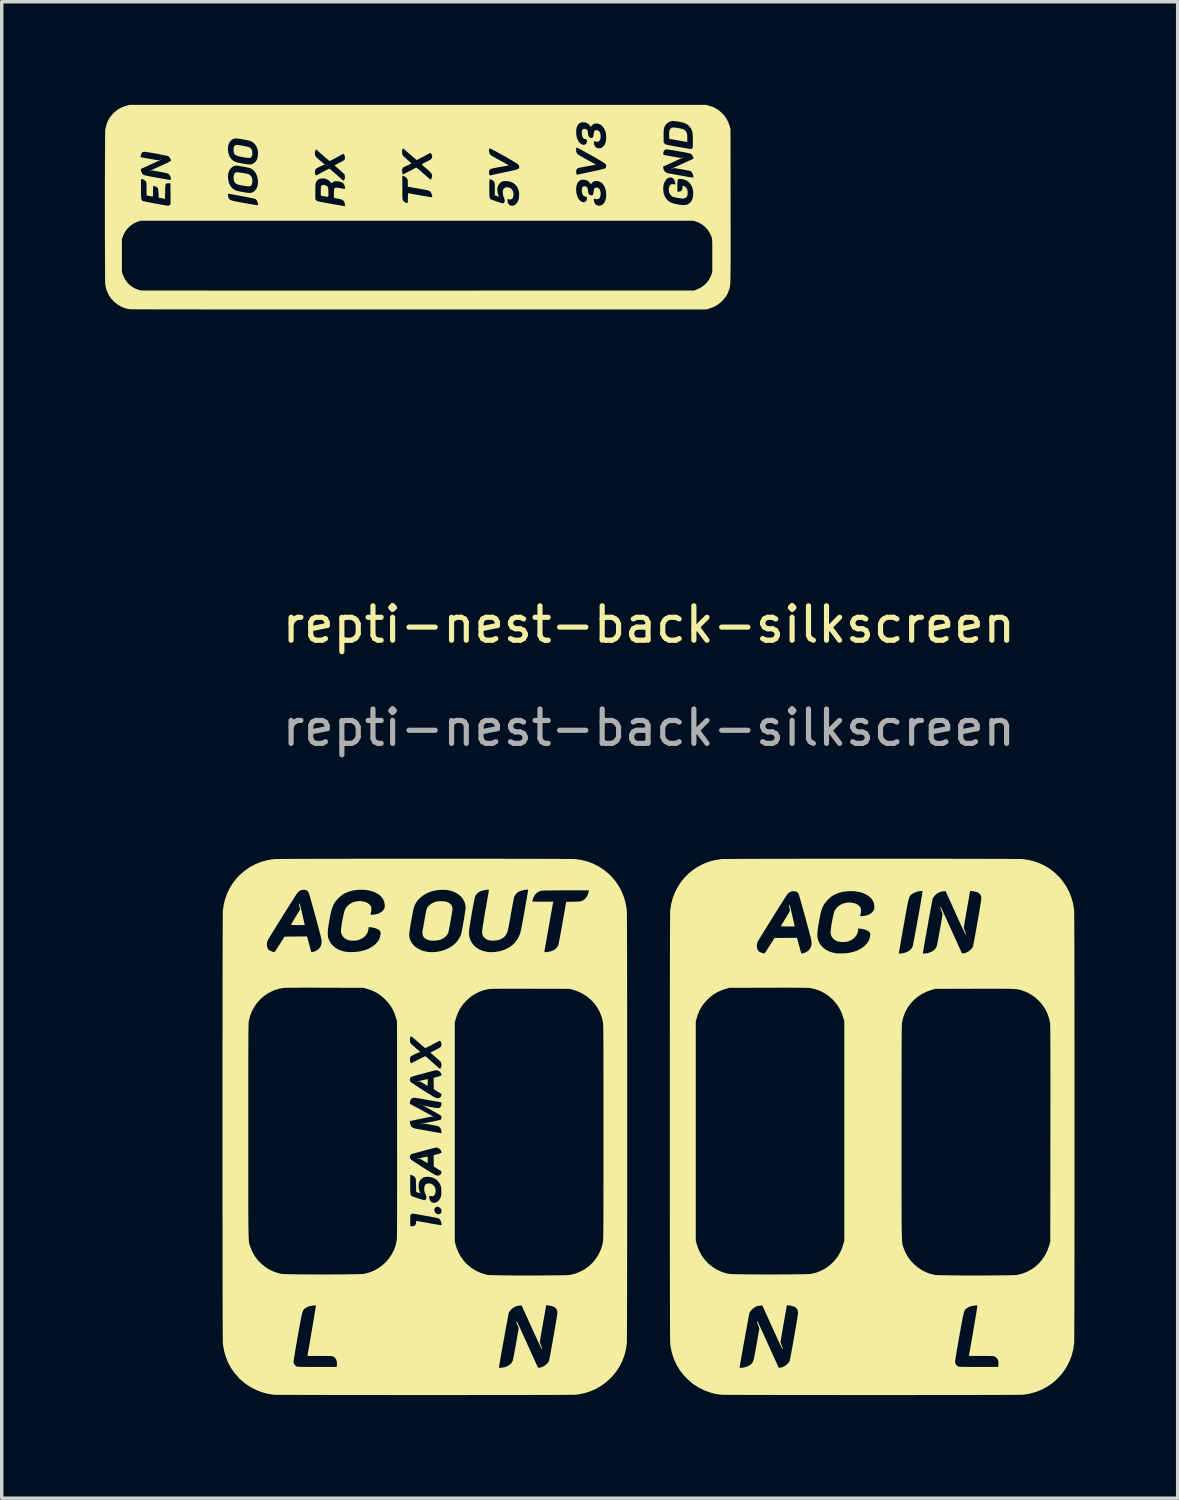
<source format=kicad_pcb>
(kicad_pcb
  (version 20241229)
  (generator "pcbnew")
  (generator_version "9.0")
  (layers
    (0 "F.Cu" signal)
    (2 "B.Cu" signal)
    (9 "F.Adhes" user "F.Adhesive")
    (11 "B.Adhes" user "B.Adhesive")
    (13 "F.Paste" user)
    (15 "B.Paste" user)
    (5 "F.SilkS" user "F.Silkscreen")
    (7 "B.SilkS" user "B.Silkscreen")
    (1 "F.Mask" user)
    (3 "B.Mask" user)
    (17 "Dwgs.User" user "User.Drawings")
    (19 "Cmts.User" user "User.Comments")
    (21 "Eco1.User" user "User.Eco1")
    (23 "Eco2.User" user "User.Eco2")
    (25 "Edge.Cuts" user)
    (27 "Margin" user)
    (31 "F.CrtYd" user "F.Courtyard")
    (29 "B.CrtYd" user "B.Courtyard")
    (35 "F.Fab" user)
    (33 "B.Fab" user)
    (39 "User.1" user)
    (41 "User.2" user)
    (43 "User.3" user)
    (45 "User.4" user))
  (footprint "repti-nest-back-silkscreen"
    (layer "F.Cu")
    (at 15.821 15.615)
    (property "Reference" "repti-nest-back-silkscreen" (at 0 -0.5 0) (unlocked yes) (layer "F.SilkS") (effects (font (size 1 1) (thickness 0.15))))
    (attr smd)
    (fp_poly (pts (xy -9.38 -13.845) (xy -9.385 -13.84) (xy -9.39 -13.845) (xy -9.385 -13.85)) (stroke (width 0) (type solid)) (fill yes) (layer "F.SilkS"))
    (fp_poly (pts (xy -6.62 16.085) (xy -6.625 16.09) (xy -6.63 16.085) (xy -6.625 16.08)) (stroke (width 0) (type solid)) (fill yes) (layer "F.SilkS"))
    (fp_poly (pts (xy -6.6 13.465) (xy -6.605 13.47) (xy -6.61 13.465) (xy -6.605 13.46)) (stroke (width 0) (type solid)) (fill yes) (layer "F.SilkS"))
    (fp_poly (pts (xy -6.22 13.835) (xy -6.225 13.84) (xy -6.23 13.835) (xy -6.225 13.83)) (stroke (width 0) (type solid)) (fill yes) (layer "F.SilkS"))
    (fp_poly (pts (xy -4.34 -12.915) (xy -4.345 -12.91) (xy -4.35 -12.915) (xy -4.345 -12.92)) (stroke (width 0) (type solid)) (fill yes) (layer "F.SilkS"))
    (fp_poly (pts (xy -4.04 -13.845) (xy -4.045 -13.84) (xy -4.05 -13.845) (xy -4.045 -13.85)) (stroke (width 0) (type solid)) (fill yes) (layer "F.SilkS"))
    (fp_poly (pts (xy -1.51 -13.865) (xy -1.515 -13.86) (xy -1.52 -13.865) (xy -1.515 -13.87)) (stroke (width 0) (type solid)) (fill yes) (layer "F.SilkS"))
    (fp_poly (pts (xy -1.49 -13.855) (xy -1.495 -13.85) (xy -1.5 -13.855) (xy -1.495 -13.86)) (stroke (width 0) (type solid)) (fill yes) (layer "F.SilkS"))
    (fp_poly (pts (xy -1.47 -13.845) (xy -1.475 -13.84) (xy -1.48 -13.845) (xy -1.475 -13.85)) (stroke (width 0) (type solid)) (fill yes) (layer "F.SilkS"))
    (fp_poly (pts (xy -6.862 -13.886) (xy -6.851 -13.876) (xy -6.853 -13.87) (xy -6.854 -13.87) (xy -6.863 -13.877) (xy -6.866 -13.882) (xy -6.867 -13.888)) (stroke (width 0) (type solid)) (fill yes) (layer "F.SilkS"))
    (fp_poly (pts (xy -6.642 16.054) (xy -6.631 16.064) (xy -6.633 16.07) (xy -6.634 16.07) (xy -6.643 16.063) (xy -6.646 16.058) (xy -6.647 16.052)) (stroke (width 0) (type solid)) (fill yes) (layer "F.SilkS"))
    (fp_poly (pts (xy -6.612 11.954) (xy -6.601 11.964) (xy -6.603 11.97) (xy -6.604 11.97) (xy -6.613 11.963) (xy -6.616 11.958) (xy -6.617 11.952)) (stroke (width 0) (type solid)) (fill yes) (layer "F.SilkS"))
    (fp_poly (pts (xy -6.655 13.434) (xy -6.643 13.44) (xy -6.625 13.45) (xy -6.62 13.455) (xy -6.623 13.46) (xy -6.635 13.453) (xy -6.646 13.444) (xy -6.658 13.434)) (stroke (width 0) (type solid)) (fill yes) (layer "F.SilkS"))
    (fp_poly (pts (xy -4.025 -13.836) (xy -4.013 -13.83) (xy -3.995 -13.82) (xy -3.99 -13.815) (xy -3.993 -13.81) (xy -4.005 -13.817) (xy -4.016 -13.826) (xy -4.028 -13.836)) (stroke (width 0) (type solid)) (fill yes) (layer "F.SilkS"))
    (fp_poly (pts (xy -6.433 12.723) (xy -6.432 12.734) (xy -6.431 12.761) (xy -6.432 12.798) (xy -6.432 12.822) (xy -6.435 12.916) (xy -6.547 12.849) (xy -6.592 12.822) (xy -6.625 12.803) (xy -6.648 12.792) (xy -6.666 12.788) (xy -6.682 12.788) (xy -6.699 12.791) (xy -6.7 12.791) (xy -6.727 12.796) (xy -6.745 12.797) (xy -6.747 12.796) (xy -6.743 12.79) (xy -6.729 12.785) (xy -6.634 12.764) (xy -6.557 12.746) (xy -6.499 12.734) (xy -6.458 12.726) (xy -6.437 12.723)) (stroke (width 0) (type solid)) (fill yes) (layer "F.SilkS"))
    (fp_poly (pts (xy -6.433 14.973) (xy -6.432 14.984) (xy -6.431 15.011) (xy -6.432 15.048) (xy -6.432 15.072) (xy -6.435 15.166) (xy -6.547 15.099) (xy -6.592 15.072) (xy -6.625 15.053) (xy -6.648 15.042) (xy -6.666 15.038) (xy -6.682 15.038) (xy -6.699 15.041) (xy -6.7 15.041) (xy -6.727 15.046) (xy -6.745 15.047) (xy -6.747 15.046) (xy -6.743 15.04) (xy -6.729 15.035) (xy -6.634 15.014) (xy -6.557 14.996) (xy -6.499 14.984) (xy -6.458 14.976) (xy -6.437 14.973)) (stroke (width 0) (type solid)) (fill yes) (layer "F.SilkS"))
    (fp_poly (pts (xy 0.761 -14.955) (xy 0.824 -14.946) (xy 0.894 -14.933) (xy 0.947 -14.922) (xy 0.987 -14.911) (xy 1.017 -14.898) (xy 1.04 -14.883) (xy 1.061 -14.864) (xy 1.063 -14.861) (xy 1.088 -14.829) (xy 1.104 -14.796) (xy 1.114 -14.756) (xy 1.118 -14.705) (xy 1.118 -14.64) (xy 1.115 -14.534) (xy 0.595 -14.626) (xy 0.592 -14.725) (xy 0.591 -14.787) (xy 0.593 -14.832) (xy 0.598 -14.866) (xy 0.608 -14.892) (xy 0.622 -14.914) (xy 0.626 -14.919) (xy 0.648 -14.94) (xy 0.676 -14.952) (xy 0.713 -14.957)) (stroke (width 0) (type solid)) (fill yes) (layer "F.SilkS"))
    (fp_poly (pts (xy -9.399 -13.273) (xy -9.393 -13.271) (xy -9.366 -13.256) (xy -9.346 -13.238) (xy -9.333 -13.213) (xy -9.325 -13.179) (xy -9.321 -13.131) (xy -9.32 -13.067) (xy -9.32 -13.065) (xy -9.32 -13.012) (xy -9.32 -12.976) (xy -9.326 -12.954) (xy -9.339 -12.944) (xy -9.362 -12.943) (xy -9.399 -12.949) (xy -9.453 -12.958) (xy -9.54 -12.974) (xy -9.54 -13.111) (xy -9.54 -13.166) (xy -9.539 -13.204) (xy -9.537 -13.23) (xy -9.533 -13.246) (xy -9.527 -13.257) (xy -9.518 -13.266) (xy -9.514 -13.269) (xy -9.481 -13.286) (xy -9.445 -13.287)) (stroke (width 0) (type solid)) (fill yes) (layer "F.SilkS"))
    (fp_poly (pts (xy -11.95 -14.448) (xy -11.905 -14.442) (xy -11.852 -14.433) (xy -11.796 -14.423) (xy -11.74 -14.412) (xy -11.688 -14.4) (xy -11.645 -14.389) (xy -11.614 -14.379) (xy -11.602 -14.373) (xy -11.565 -14.337) (xy -11.542 -14.294) (xy -11.533 -14.248) (xy -11.532 -14.181) (xy -11.542 -14.13) (xy -11.565 -14.094) (xy -11.58 -14.082) (xy -11.599 -14.075) (xy -11.625 -14.072) (xy -11.661 -14.073) (xy -11.708 -14.078) (xy -11.77 -14.088) (xy -11.833 -14.099) (xy -11.909 -14.115) (xy -11.967 -14.131) (xy -12.01 -14.15) (xy -12.04 -14.173) (xy -12.06 -14.202) (xy -12.072 -14.239) (xy -12.077 -14.272) (xy -12.078 -14.338) (xy -12.068 -14.389) (xy -12.046 -14.425) (xy -12.014 -14.445) (xy -11.983 -14.45)) (stroke (width 0) (type solid)) (fill yes) (layer "F.SilkS"))
    (fp_poly (pts (xy -10.155 7.612) (xy -10.151 7.623) (xy -10.144 7.65) (xy -10.134 7.691) (xy -10.121 7.744) (xy -10.107 7.804) (xy -10.091 7.871) (xy -10.075 7.94) (xy -10.059 8.01) (xy -10.044 8.077) (xy -10.03 8.138) (xy -10.019 8.192) (xy -10.015 8.207) (xy -10.008 8.24) (xy -10.21 8.24) (xy -10.281 8.24) (xy -10.334 8.239) (xy -10.372 8.237) (xy -10.395 8.235) (xy -10.406 8.231) (xy -10.407 8.227) (xy -10.401 8.216) (xy -10.386 8.189) (xy -10.363 8.151) (xy -10.334 8.103) (xy -10.301 8.047) (xy -10.273 8) (xy -10.144 7.785) (xy -10.161 7.705) (xy -10.169 7.661) (xy -10.172 7.631) (xy -10.17 7.616) (xy -10.17 7.616) (xy -10.158 7.611)) (stroke (width 0) (type solid)) (fill yes) (layer "F.SilkS"))
    (fp_poly (pts (xy 4.095 7.652) (xy 4.099 7.663) (xy 4.106 7.69) (xy 4.116 7.731) (xy 4.129 7.784) (xy 4.143 7.844) (xy 4.159 7.911) (xy 4.175 7.98) (xy 4.191 8.05) (xy 4.206 8.117) (xy 4.22 8.178) (xy 4.231 8.232) (xy 4.235 8.248) (xy 4.242 8.28) (xy 4.04 8.28) (xy 3.969 8.28) (xy 3.916 8.279) (xy 3.878 8.277) (xy 3.855 8.275) (xy 3.844 8.271) (xy 3.843 8.268) (xy 3.849 8.256) (xy 3.864 8.229) (xy 3.887 8.191) (xy 3.916 8.143) (xy 3.949 8.087) (xy 3.977 8.04) (xy 4.106 7.825) (xy 4.089 7.745) (xy 4.081 7.701) (xy 4.078 7.671) (xy 4.08 7.656) (xy 4.08 7.656) (xy 4.092 7.651)) (stroke (width 0) (type solid)) (fill yes) (layer "F.SilkS"))
    (fp_poly (pts (xy -11.945 -13.653) (xy -11.899 -13.647) (xy -11.846 -13.64) (xy -11.791 -13.631) (xy -11.738 -13.621) (xy -11.691 -13.612) (xy -11.655 -13.604) (xy -11.637 -13.598) (xy -11.604 -13.577) (xy -11.573 -13.543) (xy -11.549 -13.504) (xy -11.541 -13.483) (xy -11.531 -13.431) (xy -11.531 -13.377) (xy -11.539 -13.327) (xy -11.553 -13.287) (xy -11.569 -13.266) (xy -11.588 -13.254) (xy -11.613 -13.247) (xy -11.648 -13.246) (xy -11.696 -13.25) (xy -11.758 -13.259) (xy -11.816 -13.269) (xy -11.88 -13.281) (xy -11.927 -13.292) (xy -11.962 -13.301) (xy -11.987 -13.311) (xy -12.005 -13.322) (xy -12.021 -13.336) (xy -12.034 -13.35) (xy -12.063 -13.4) (xy -12.077 -13.462) (xy -12.077 -13.527) (xy -12.067 -13.583) (xy -12.046 -13.625) (xy -12.016 -13.65) (xy -12 -13.655) (xy -11.98 -13.656)) (stroke (width 0) (type solid)) (fill yes) (layer "F.SilkS"))
    (fp_poly (pts (xy -5.974 7.547) (xy -5.913 7.554) (xy -5.88 7.562) (xy -5.819 7.59) (xy -5.769 7.629) (xy -5.733 7.677) (xy -5.713 7.731) (xy -5.71 7.763) (xy -5.712 7.784) (xy -5.717 7.822) (xy -5.725 7.874) (xy -5.735 7.936) (xy -5.747 8.005) (xy -5.759 8.079) (xy -5.773 8.155) (xy -5.786 8.229) (xy -5.799 8.298) (xy -5.811 8.359) (xy -5.822 8.41) (xy -5.83 8.447) (xy -5.835 8.466) (xy -5.866 8.523) (xy -5.913 8.575) (xy -5.973 8.621) (xy -6.041 8.657) (xy -6.078 8.67) (xy -6.144 8.685) (xy -6.221 8.693) (xy -6.299 8.694) (xy -6.349 8.689) (xy -6.409 8.676) (xy -6.465 8.655) (xy -6.512 8.627) (xy -6.544 8.597) (xy -6.571 8.548) (xy -6.585 8.491) (xy -6.585 8.436) (xy -6.576 8.38) (xy -6.565 8.315) (xy -6.552 8.242) (xy -6.539 8.167) (xy -6.525 8.09) (xy -6.512 8.016) (xy -6.499 7.946) (xy -6.487 7.885) (xy -6.477 7.835) (xy -6.469 7.798) (xy -6.464 7.778) (xy -6.464 7.778) (xy -6.434 7.717) (xy -6.386 7.662) (xy -6.321 7.614) (xy -6.242 7.575) (xy -6.224 7.569) (xy -6.174 7.556) (xy -6.111 7.548) (xy -6.042 7.545)) (stroke (width 0) (type solid)) (fill yes) (layer "F.SilkS"))
    (fp_poly (pts (xy 6.783 6.31) (xy 7.04 6.31) (xy 7.296 6.31) (xy 7.549 6.31) (xy 7.799 6.311) (xy 8.045 6.311) (xy 8.285 6.311) (xy 8.521 6.311) (xy 8.749 6.311) (xy 8.97 6.312) (xy 9.184 6.312) (xy 9.388 6.312) (xy 9.582 6.313) (xy 9.766 6.313) (xy 9.939 6.314) (xy 10.099 6.314) (xy 10.247 6.315) (xy 10.38 6.315) (xy 10.499 6.316) (xy 10.603 6.317) (xy 10.691 6.317) (xy 10.762 6.318) (xy 10.814 6.319) (xy 10.849 6.319) (xy 10.862 6.32) (xy 11.04 6.344) (xy 11.212 6.387) (xy 11.376 6.447) (xy 11.53 6.523) (xy 11.676 6.614) (xy 11.81 6.719) (xy 11.932 6.838) (xy 12.042 6.969) (xy 12.138 7.111) (xy 12.22 7.263) (xy 12.285 7.424) (xy 12.334 7.594) (xy 12.365 7.771) (xy 12.37 7.816) (xy 12.37 7.833) (xy 12.371 7.87) (xy 12.372 7.925) (xy 12.372 7.998) (xy 12.373 8.089) (xy 12.373 8.196) (xy 12.374 8.32) (xy 12.375 8.459) (xy 12.375 8.612) (xy 12.376 8.779) (xy 12.376 8.96) (xy 12.376 9.154) (xy 12.377 9.359) (xy 12.377 9.576) (xy 12.378 9.804) (xy 12.378 10.042) (xy 12.378 10.289) (xy 12.379 10.545) (xy 12.379 10.809) (xy 12.379 11.08) (xy 12.379 11.358) (xy 12.38 11.642) (xy 12.38 11.932) (xy 12.38 12.226) (xy 12.38 12.524) (xy 12.38 12.826) (xy 12.38 13.131) (xy 12.38 13.438) (xy 12.38 13.746) (xy 12.38 14.055) (xy 12.38 14.364) (xy 12.38 14.672) (xy 12.38 14.979) (xy 12.38 15.285) (xy 12.38 15.588) (xy 12.38 15.887) (xy 12.38 16.183) (xy 12.38 16.475) (xy 12.38 16.761) (xy 12.379 17.041) (xy 12.379 17.315) (xy 12.379 17.581) (xy 12.379 17.84) (xy 12.378 18.09) (xy 12.378 18.331) (xy 12.378 18.563) (xy 12.377 18.783) (xy 12.377 18.993) (xy 12.376 19.191) (xy 12.376 19.376) (xy 12.375 19.548) (xy 12.375 19.707) (xy 12.374 19.851) (xy 12.374 19.979) (xy 12.373 20.092) (xy 12.373 20.189) (xy 12.372 20.268) (xy 12.371 20.33) (xy 12.371 20.373) (xy 12.37 20.398) (xy 12.37 20.401) (xy 12.343 20.582) (xy 12.298 20.756) (xy 12.236 20.921) (xy 12.158 21.076) (xy 12.065 21.221) (xy 11.957 21.355) (xy 11.837 21.477) (xy 11.705 21.586) (xy 11.561 21.68) (xy 11.407 21.759) (xy 11.244 21.823) (xy 11.072 21.869) (xy 10.893 21.898) (xy 10.874 21.9) (xy 10.857 21.9) (xy 10.82 21.901) (xy 10.764 21.902) (xy 10.691 21.902) (xy 10.602 21.903) (xy 10.496 21.904) (xy 10.375 21.904) (xy 10.239 21.905) (xy 10.09 21.905) (xy 9.928 21.906) (xy 9.755 21.906) (xy 9.569 21.906) (xy 9.374 21.907) (xy 9.169 21.907) (xy 8.955 21.907) (xy 8.733 21.908) (xy 8.504 21.908) (xy 8.268 21.908) (xy 8.027 21.908) (xy 7.78 21.908) (xy 7.53 21.909) (xy 7.277 21.909) (xy 7.021 21.909) (xy 6.763 21.909) (xy 6.505 21.909) (xy 6.247 21.909) (xy 5.989 21.909) (xy 5.733 21.909) (xy 5.479 21.908) (xy 5.228 21.908) (xy 4.982 21.908) (xy 4.74 21.908) (xy 4.503 21.908) (xy 4.273 21.907) (xy 4.05 21.907) (xy 3.835 21.907) (xy 3.628 21.906) (xy 3.431 21.906) (xy 3.245 21.906) (xy 3.069 21.905) (xy 2.906 21.905) (xy 2.755 21.904) (xy 2.618 21.904) (xy 2.495 21.903) (xy 2.387 21.903) (xy 2.295 21.902) (xy 2.219 21.901) (xy 2.162 21.901) (xy 2.122 21.9) (xy 2.102 21.899) (xy 2.1 21.899) (xy 1.936 21.874) (xy 1.772 21.831) (xy 1.611 21.771) (xy 1.459 21.697) (xy 1.317 21.608) (xy 1.279 21.58) (xy 1.137 21.461) (xy 1.012 21.33) (xy 0.902 21.188) (xy 0.856 21.112) (xy 2.64 21.112) (xy 2.649 21.117) (xy 2.673 21.117) (xy 2.708 21.115) (xy 2.749 21.109) (xy 2.792 21.101) (xy 2.82 21.094) (xy 2.895 21.065) (xy 2.958 21.023) (xy 3.007 20.972) (xy 3.04 20.912) (xy 3.044 20.901) (xy 3.048 20.884) (xy 3.055 20.849) (xy 3.065 20.8) (xy 3.077 20.739) (xy 3.09 20.668) (xy 3.105 20.59) (xy 3.12 20.507) (xy 3.135 20.423) (xy 3.15 20.339) (xy 3.165 20.257) (xy 3.178 20.181) (xy 3.19 20.114) (xy 3.2 20.056) (xy 3.207 20.012) (xy 3.211 19.983) (xy 3.212 19.976) (xy 3.209 19.957) (xy 3.2 19.926) (xy 3.185 19.887) (xy 3.176 19.866) (xy 3.157 19.817) (xy 3.147 19.786) (xy 3.148 19.769) (xy 3.149 19.767) (xy 3.151 19.765) (xy 3.152 19.762) (xy 3.154 19.761) (xy 3.156 19.763) (xy 3.16 19.768) (xy 3.166 19.777) (xy 3.174 19.793) (xy 3.186 19.816) (xy 3.2 19.847) (xy 3.219 19.887) (xy 3.243 19.938) (xy 3.271 20.001) (xy 3.306 20.076) (xy 3.346 20.165) (xy 3.394 20.27) (xy 3.449 20.39) (xy 3.489 20.48) (xy 3.778 21.115) (xy 3.821 21.112) (xy 3.875 21.101) (xy 3.932 21.076) (xy 3.987 21.041) (xy 4.036 20.999) (xy 4.072 20.956) (xy 8.906 20.956) (xy 8.924 21.006) (xy 8.956 21.049) (xy 8.982 21.07) (xy 8.99 21.074) (xy 8.999 21.078) (xy 9.01 21.081) (xy 9.026 21.083) (xy 9.048 21.085) (xy 9.078 21.087) (xy 9.116 21.088) (xy 9.166 21.089) (xy 9.228 21.089) (xy 9.305 21.09) (xy 9.397 21.09) (xy 9.506 21.09) (xy 9.587 21.09) (xy 10.159 21.09) (xy 10.166 21.044) (xy 10.169 20.997) (xy 10.165 20.946) (xy 10.156 20.899) (xy 10.145 20.871) (xy 10.12 20.836) (xy 10.085 20.803) (xy 10.049 20.782) (xy 10.047 20.781) (xy 10.028 20.778) (xy 9.99 20.775) (xy 9.934 20.773) (xy 9.861 20.771) (xy 9.771 20.77) (xy 9.666 20.77) (xy 9.307 20.77) (xy 9.313 20.742) (xy 9.323 20.687) (xy 9.335 20.619) (xy 9.35 20.54) (xy 9.365 20.452) (xy 9.382 20.356) (xy 9.399 20.256) (xy 9.417 20.152) (xy 9.435 20.046) (xy 9.453 19.941) (xy 9.471 19.837) (xy 9.487 19.738) (xy 9.503 19.644) (xy 9.517 19.558) (xy 9.53 19.481) (xy 9.54 19.416) (xy 9.548 19.364) (xy 9.554 19.327) (xy 9.556 19.306) (xy 9.556 19.303) (xy 9.544 19.301) (xy 9.517 19.302) (xy 9.479 19.305) (xy 9.459 19.307) (xy 9.368 19.326) (xy 9.291 19.356) (xy 9.233 19.394) (xy 9.22 19.406) (xy 9.208 19.418) (xy 9.197 19.431) (xy 9.187 19.448) (xy 9.177 19.47) (xy 9.167 19.498) (xy 9.157 19.533) (xy 9.146 19.576) (xy 9.134 19.63) (xy 9.121 19.696) (xy 9.106 19.774) (xy 9.089 19.866) (xy 9.069 19.975) (xy 9.047 20.1) (xy 9.024 20.227) (xy 8.999 20.368) (xy 8.977 20.497) (xy 8.957 20.611) (xy 8.941 20.71) (xy 8.927 20.794) (xy 8.917 20.862) (xy 8.91 20.912) (xy 8.906 20.944) (xy 8.906 20.956) (xy 4.072 20.956) (xy 4.075 20.954) (xy 4.095 20.916) (xy 4.1 20.897) (xy 4.107 20.861) (xy 4.118 20.808) (xy 4.131 20.743) (xy 4.145 20.665) (xy 4.161 20.579) (xy 4.178 20.484) (xy 4.196 20.385) (xy 4.214 20.282) (xy 4.232 20.178) (xy 4.25 20.074) (xy 4.268 19.973) (xy 4.284 19.877) (xy 4.299 19.788) (xy 4.312 19.708) (xy 4.323 19.639) (xy 4.332 19.583) (xy 4.337 19.541) (xy 4.34 19.517) (xy 4.34 19.515) (xy 4.332 19.452) (xy 4.307 19.399) (xy 4.267 19.359) (xy 4.262 19.355) (xy 4.227 19.338) (xy 4.18 19.322) (xy 4.128 19.31) (xy 4.077 19.302) (xy 4.049 19.3) (xy 4.014 19.3) (xy 3.922 19.823) (xy 3.904 19.923) (xy 3.888 20.017) (xy 3.873 20.105) (xy 3.859 20.183) (xy 3.848 20.249) (xy 3.839 20.303) (xy 3.833 20.342) (xy 3.83 20.363) (xy 3.83 20.367) (xy 3.834 20.385) (xy 3.844 20.417) (xy 3.859 20.455) (xy 3.865 20.47) (xy 3.881 20.508) (xy 3.893 20.538) (xy 3.899 20.557) (xy 3.9 20.561) (xy 3.898 20.57) (xy 3.894 20.57) (xy 3.885 20.56) (xy 3.872 20.539) (xy 3.854 20.507) (xy 3.831 20.462) (xy 3.803 20.403) (xy 3.768 20.331) (xy 3.728 20.243) (xy 3.68 20.139) (xy 3.625 20.018) (xy 3.588 19.938) (xy 3.302 19.305) (xy 3.242 19.307) (xy 3.163 19.318) (xy 3.094 19.346) (xy 3.029 19.391) (xy 3.004 19.414) (xy 2.965 19.458) (xy 2.937 19.498) (xy 2.927 19.52) (xy 2.923 19.535) (xy 2.916 19.567) (xy 2.907 19.615) (xy 2.895 19.678) (xy 2.881 19.753) (xy 2.865 19.838) (xy 2.848 19.932) (xy 2.829 20.033) (xy 2.81 20.138) (xy 2.791 20.247) (xy 2.771 20.356) (xy 2.751 20.465) (xy 2.732 20.572) (xy 2.714 20.674) (xy 2.697 20.77) (xy 2.682 20.857) (xy 2.668 20.935) (xy 2.657 21.001) (xy 2.649 21.054) (xy 2.643 21.09) (xy 2.64 21.11) (xy 2.64 21.112) (xy 0.856 21.112) (xy 0.809 21.036) (xy 0.734 20.875) (xy 0.676 20.705) (xy 0.636 20.527) (xy 0.62 20.404) (xy 0.62 20.387) (xy 0.619 20.35) (xy 0.618 20.295) (xy 0.618 20.221) (xy 0.617 20.13) (xy 0.617 20.023) (xy 0.616 19.899) (xy 0.615 19.76) (xy 0.615 19.607) (xy 0.614 19.439) (xy 0.614 19.258) (xy 0.613 19.064) (xy 0.613 18.858) (xy 0.613 18.641) (xy 0.612 18.413) (xy 0.612 18.176) (xy 0.612 17.928) (xy 0.611 17.672) (xy 0.611 17.415) (xy 1.365 17.415) (xy 1.391 17.511) (xy 1.43 17.631) (xy 1.476 17.738) (xy 1.533 17.841) (xy 1.538 17.85) (xy 1.626 17.972) (xy 1.729 18.081) (xy 1.844 18.176) (xy 1.97 18.256) (xy 2.104 18.32) (xy 2.246 18.366) (xy 2.326 18.384) (xy 2.351 18.387) (xy 2.394 18.389) (xy 2.454 18.391) (xy 2.529 18.393) (xy 2.617 18.395) (xy 2.718 18.396) (xy 2.828 18.398) (xy 2.947 18.399) (xy 3.074 18.4) (xy 3.205 18.4) (xy 3.341 18.401) (xy 3.478 18.401) (xy 3.616 18.401) (xy 3.753 18.401) (xy 3.887 18.4) (xy 4.017 18.399) (xy 4.141 18.399) (xy 4.257 18.397) (xy 4.364 18.396) (xy 4.46 18.395) (xy 4.544 18.393) (xy 4.613 18.391) (xy 4.667 18.389) (xy 4.703 18.386) (xy 4.716 18.385) (xy 4.863 18.349) (xy 5.003 18.295) (xy 5.135 18.224) (xy 5.257 18.137) (xy 5.367 18.035) (xy 5.464 17.92) (xy 5.512 17.85) (xy 5.57 17.747) (xy 5.617 17.64) (xy 5.655 17.522) (xy 5.659 17.511) (xy 5.685 17.415) (xy 5.685 15.346) (xy 7.35 15.346) (xy 7.35 15.572) (xy 7.35 15.782) (xy 7.35 15.976) (xy 7.35 16.154) (xy 7.351 16.319) (xy 7.351 16.469) (xy 7.351 16.605) (xy 7.352 16.73) (xy 7.352 16.842) (xy 7.353 16.943) (xy 7.354 17.034) (xy 7.355 17.115) (xy 7.357 17.186) (xy 7.358 17.249) (xy 7.36 17.305) (xy 7.362 17.353) (xy 7.364 17.394) (xy 7.366 17.43) (xy 7.368 17.461) (xy 7.371 17.487) (xy 7.374 17.509) (xy 7.378 17.528) (xy 7.381 17.545) (xy 7.385 17.56) (xy 7.39 17.574) (xy 7.394 17.587) (xy 7.399 17.601) (xy 7.404 17.616) (xy 7.41 17.632) (xy 7.411 17.635) (xy 7.467 17.771) (xy 7.54 17.899) (xy 7.628 18.016) (xy 7.73 18.121) (xy 7.844 18.213) (xy 7.968 18.291) (xy 8.102 18.353) (xy 8.243 18.398) (xy 8.316 18.414) (xy 8.341 18.417) (xy 8.384 18.419) (xy 8.444 18.421) (xy 8.519 18.423) (xy 8.607 18.425) (xy 8.708 18.426) (xy 8.818 18.428) (xy 8.937 18.429) (xy 9.064 18.43) (xy 9.195 18.43) (xy 9.331 18.431) (xy 9.468 18.431) (xy 9.606 18.431) (xy 9.743 18.431) (xy 9.877 18.43) (xy 10.007 18.429) (xy 10.131 18.429) (xy 10.247 18.427) (xy 10.354 18.426) (xy 10.45 18.425) (xy 10.534 18.423) (xy 10.603 18.421) (xy 10.657 18.419) (xy 10.693 18.416) (xy 10.706 18.415) (xy 10.854 18.379) (xy 10.994 18.326) (xy 11.125 18.256) (xy 11.245 18.17) (xy 11.353 18.07) (xy 11.448 17.956) (xy 11.53 17.83) (xy 11.597 17.692) (xy 11.648 17.544) (xy 11.648 17.543) (xy 11.675 17.445) (xy 11.678 14.31) (xy 11.678 13.986) (xy 11.678 13.682) (xy 11.679 13.397) (xy 11.679 13.131) (xy 11.679 12.884) (xy 11.679 12.654) (xy 11.679 12.442) (xy 11.678 12.247) (xy 11.678 12.069) (xy 11.678 11.907) (xy 11.677 11.761) (xy 11.677 11.631) (xy 11.676 11.516) (xy 11.676 11.416) (xy 11.675 11.33) (xy 11.674 11.258) (xy 11.673 11.199) (xy 11.672 11.154) (xy 11.671 11.122) (xy 11.67 11.101) (xy 11.67 11.096) (xy 11.639 10.951) (xy 11.591 10.813) (xy 11.526 10.682) (xy 11.445 10.56) (xy 11.35 10.449) (xy 11.243 10.35) (xy 11.124 10.265) (xy 10.995 10.195) (xy 10.858 10.142) (xy 10.838 10.136) (xy 10.813 10.129) (xy 10.79 10.123) (xy 10.767 10.117) (xy 10.742 10.112) (xy 10.715 10.108) (xy 10.685 10.104) (xy 10.65 10.101) (xy 10.61 10.098) (xy 10.562 10.096) (xy 10.506 10.094) (xy 10.441 10.093) (xy 10.365 10.092) (xy 10.277 10.091) (xy 10.176 10.091) (xy 10.061 10.091) (xy 9.93 10.091) (xy 9.783 10.091) (xy 9.618 10.092) (xy 9.465 10.092) (xy 8.335 10.095) (xy 8.237 10.122) (xy 8.089 10.173) (xy 7.951 10.239) (xy 7.825 10.321) (xy 7.711 10.416) (xy 7.611 10.524) (xy 7.525 10.644) (xy 7.455 10.774) (xy 7.402 10.914) (xy 7.366 11.062) (xy 7.365 11.064) (xy 7.364 11.074) (xy 7.363 11.087) (xy 7.361 11.104) (xy 7.36 11.125) (xy 7.359 11.151) (xy 7.358 11.182) (xy 7.357 11.22) (xy 7.356 11.265) (xy 7.355 11.317) (xy 7.355 11.378) (xy 7.354 11.447) (xy 7.353 11.526) (xy 7.353 11.615) (xy 7.352 11.716) (xy 7.352 11.827) (xy 7.352 11.951) (xy 7.351 12.088) (xy 7.351 12.238) (xy 7.351 12.403) (xy 7.351 12.582) (xy 7.35 12.777) (xy 7.35 12.987) (xy 7.35 13.215) (xy 7.35 13.46) (xy 7.35 13.724) (xy 7.35 14.006) (xy 7.35 14.26) (xy 7.35 14.56) (xy 7.35 14.84) (xy 7.35 15.102) (xy 7.35 15.346) (xy 5.685 15.346) (xy 5.685 11.045) (xy 5.658 10.947) (xy 5.612 10.807) (xy 5.553 10.68) (xy 5.481 10.565) (xy 5.393 10.456) (xy 5.355 10.415) (xy 5.238 10.31) (xy 5.114 10.223) (xy 4.981 10.154) (xy 4.841 10.104) (xy 4.693 10.072) (xy 4.684 10.07) (xy 4.663 10.068) (xy 4.628 10.067) (xy 4.579 10.065) (xy 4.516 10.064) (xy 4.437 10.063) (xy 4.342 10.062) (xy 4.23 10.062) (xy 4.101 10.061) (xy 3.954 10.061) (xy 3.789 10.061) (xy 3.605 10.062) (xy 3.475 10.062) (xy 2.345 10.065) (xy 2.247 10.092) (xy 2.113 10.136) (xy 1.993 10.19) (xy 1.883 10.256) (xy 1.778 10.338) (xy 1.706 10.406) (xy 1.612 10.508) (xy 1.535 10.614) (xy 1.473 10.726) (xy 1.422 10.849) (xy 1.392 10.947) (xy 1.365 11.045) (xy 1.365 17.415) (xy 0.611 17.415) (xy 0.611 17.408) (xy 0.611 17.137) (xy 0.611 16.858) (xy 0.61 16.574) (xy 0.61 16.284) (xy 0.61 15.99) (xy 0.61 15.691) (xy 0.61 15.389) (xy 0.61 15.085) (xy 0.61 14.778) (xy 0.61 14.469) (xy 0.61 14.16) (xy 0.61 13.851) (xy 0.61 13.543) (xy 0.61 13.235) (xy 0.61 12.93) (xy 0.61 12.627) (xy 0.61 12.327) (xy 0.61 12.031) (xy 0.61 11.74) (xy 0.61 11.454) (xy 0.611 11.173) (xy 0.611 10.9) (xy 0.611 10.633) (xy 0.612 10.374) (xy 0.612 10.124) (xy 0.612 9.883) (xy 0.613 9.652) (xy 0.613 9.431) (xy 0.613 9.221) (xy 0.614 9.024) (xy 0.614 8.863) (xy 3.14 8.863) (xy 3.151 8.925) (xy 3.177 8.979) (xy 3.189 8.994) (xy 3.212 9.013) (xy 3.247 9.032) (xy 3.286 9.049) (xy 3.325 9.062) (xy 3.355 9.067) (xy 3.363 9.066) (xy 3.37 9.058) (xy 3.386 9.035) (xy 3.41 8.999) (xy 3.44 8.953) (xy 3.475 8.899) (xy 3.513 8.84) (xy 3.656 8.615) (xy 4.309 8.61) (xy 4.318 8.642) (xy 4.323 8.662) (xy 4.333 8.697) (xy 4.346 8.745) (xy 4.361 8.801) (xy 4.377 8.862) (xy 4.38 8.872) (xy 4.433 9.068) (xy 4.469 9.063) (xy 4.521 9.049) (xy 4.576 9.025) (xy 4.625 8.995) (xy 4.656 8.967) (xy 4.697 8.913) (xy 4.721 8.855) (xy 4.732 8.788) (xy 4.733 8.761) (xy 4.732 8.744) (xy 4.731 8.725) (xy 4.727 8.703) (xy 4.722 8.675) (xy 4.715 8.641) (xy 4.705 8.598) (xy 4.692 8.546) (xy 4.683 8.511) (xy 4.901 8.511) (xy 4.903 8.57) (xy 4.909 8.621) (xy 4.921 8.669) (xy 4.938 8.715) (xy 4.954 8.748) (xy 5.006 8.83) (xy 5.075 8.901) (xy 5.157 8.962) (xy 5.252 9.009) (xy 5.357 9.043) (xy 5.44 9.059) (xy 5.499 9.064) (xy 5.572 9.065) (xy 5.643 9.063) (xy 7.27 9.063) (xy 7.279 9.067) (xy 7.303 9.067) (xy 7.337 9.065) (xy 7.356 9.062) (xy 7.97 9.062) (xy 7.979 9.067) (xy 8.003 9.067) (xy 8.038 9.065) (xy 8.079 9.059) (xy 8.122 9.051) (xy 8.15 9.044) (xy 8.225 9.015) (xy 8.288 8.973) (xy 8.337 8.922) (xy 8.37 8.862) (xy 8.374 8.851) (xy 8.378 8.834) (xy 8.385 8.799) (xy 8.395 8.75) (xy 8.407 8.689) (xy 8.42 8.618) (xy 8.435 8.54) (xy 8.45 8.457) (xy 8.465 8.373) (xy 8.48 8.289) (xy 8.495 8.207) (xy 8.508 8.131) (xy 8.52 8.064) (xy 8.53 8.006) (xy 8.537 7.962) (xy 8.541 7.933) (xy 8.542 7.926) (xy 8.539 7.907) (xy 8.53 7.876) (xy 8.515 7.837) (xy 8.506 7.816) (xy 8.487 7.767) (xy 8.477 7.736) (xy 8.478 7.719) (xy 8.479 7.717) (xy 8.481 7.715) (xy 8.482 7.712) (xy 8.484 7.711) (xy 8.486 7.713) (xy 8.49 7.718) (xy 8.496 7.727) (xy 8.504 7.743) (xy 8.516 7.766) (xy 8.53 7.797) (xy 8.549 7.837) (xy 8.573 7.888) (xy 8.601 7.951) (xy 8.636 8.026) (xy 8.676 8.115) (xy 8.724 8.22) (xy 8.779 8.34) (xy 8.819 8.43) (xy 9.108 9.065) (xy 9.151 9.062) (xy 9.205 9.051) (xy 9.262 9.026) (xy 9.317 8.991) (xy 9.366 8.949) (xy 9.405 8.904) (xy 9.425 8.866) (xy 9.43 8.847) (xy 9.437 8.811) (xy 9.448 8.758) (xy 9.461 8.693) (xy 9.475 8.615) (xy 9.491 8.529) (xy 9.508 8.434) (xy 9.526 8.335) (xy 9.544 8.232) (xy 9.562 8.128) (xy 9.58 8.024) (xy 9.598 7.923) (xy 9.614 7.827) (xy 9.629 7.738) (xy 9.642 7.658) (xy 9.653 7.589) (xy 9.662 7.533) (xy 9.667 7.491) (xy 9.67 7.467) (xy 9.67 7.465) (xy 9.662 7.402) (xy 9.637 7.349) (xy 9.597 7.309) (xy 9.592 7.305) (xy 9.557 7.288) (xy 9.51 7.272) (xy 9.458 7.26) (xy 9.407 7.252) (xy 9.379 7.25) (xy 9.344 7.25) (xy 9.252 7.772) (xy 9.234 7.873) (xy 9.218 7.967) (xy 9.203 8.055) (xy 9.189 8.133) (xy 9.178 8.199) (xy 9.169 8.253) (xy 9.163 8.292) (xy 9.16 8.313) (xy 9.16 8.317) (xy 9.164 8.335) (xy 9.174 8.367) (xy 9.189 8.405) (xy 9.195 8.42) (xy 9.211 8.458) (xy 9.223 8.488) (xy 9.229 8.507) (xy 9.23 8.511) (xy 9.228 8.52) (xy 9.224 8.52) (xy 9.215 8.51) (xy 9.202 8.489) (xy 9.184 8.457) (xy 9.161 8.412) (xy 9.133 8.353) (xy 9.098 8.281) (xy 9.058 8.193) (xy 9.01 8.089) (xy 8.955 7.968) (xy 8.918 7.888) (xy 8.632 7.255) (xy 8.572 7.257) (xy 8.493 7.268) (xy 8.424 7.296) (xy 8.359 7.341) (xy 8.334 7.364) (xy 8.295 7.408) (xy 8.267 7.448) (xy 8.257 7.47) (xy 8.253 7.485) (xy 8.246 7.517) (xy 8.237 7.565) (xy 8.225 7.628) (xy 8.211 7.703) (xy 8.195 7.788) (xy 8.178 7.882) (xy 8.159 7.983) (xy 8.14 8.088) (xy 8.121 8.197) (xy 8.101 8.306) (xy 8.081 8.415) (xy 8.062 8.522) (xy 8.044 8.624) (xy 8.027 8.72) (xy 8.012 8.807) (xy 7.998 8.885) (xy 7.987 8.951) (xy 7.979 9.004) (xy 7.973 9.04) (xy 7.97 9.06) (xy 7.97 9.062) (xy 7.356 9.062) (xy 7.377 9.059) (xy 7.418 9.051) (xy 7.45 9.043) (xy 7.525 9.014) (xy 7.589 8.973) (xy 7.639 8.921) (xy 7.673 8.86) (xy 7.675 8.856) (xy 7.678 8.841) (xy 7.685 8.809) (xy 7.694 8.76) (xy 7.706 8.697) (xy 7.72 8.622) (xy 7.736 8.537) (xy 7.754 8.443) (xy 7.772 8.342) (xy 7.791 8.237) (xy 7.811 8.128) (xy 7.83 8.018) (xy 7.85 7.91) (xy 7.869 7.803) (xy 7.887 7.701) (xy 7.904 7.606) (xy 7.919 7.518) (xy 7.932 7.441) (xy 7.943 7.375) (xy 7.952 7.323) (xy 7.957 7.287) (xy 7.96 7.268) (xy 7.96 7.266) (xy 7.951 7.254) (xy 7.928 7.248) (xy 7.894 7.25) (xy 7.851 7.257) (xy 7.804 7.269) (xy 7.755 7.285) (xy 7.709 7.305) (xy 7.669 7.327) (xy 7.641 7.346) (xy 7.627 7.359) (xy 7.614 7.37) (xy 7.603 7.383) (xy 7.592 7.398) (xy 7.582 7.417) (xy 7.573 7.44) (xy 7.563 7.469) (xy 7.553 7.506) (xy 7.542 7.552) (xy 7.53 7.607) (xy 7.516 7.674) (xy 7.501 7.754) (xy 7.484 7.848) (xy 7.464 7.958) (xy 7.442 8.084) (xy 7.416 8.228) (xy 7.409 8.269) (xy 7.387 8.392) (xy 7.366 8.509) (xy 7.347 8.619) (xy 7.329 8.72) (xy 7.313 8.811) (xy 7.3 8.89) (xy 7.288 8.957) (xy 7.279 9.008) (xy 7.273 9.044) (xy 7.27 9.061) (xy 7.27 9.063) (xy 5.643 9.063) (xy 5.651 9.063) (xy 5.73 9.058) (xy 5.804 9.05) (xy 5.834 9.045) (xy 5.968 9.013) (xy 6.088 8.968) (xy 6.194 8.909) (xy 6.285 8.837) (xy 6.298 8.824) (xy 6.353 8.762) (xy 6.392 8.701) (xy 6.418 8.636) (xy 6.433 8.565) (xy 6.438 8.526) (xy 6.439 8.5) (xy 6.434 8.48) (xy 6.425 8.461) (xy 6.424 8.459) (xy 6.391 8.421) (xy 6.342 8.391) (xy 6.274 8.367) (xy 6.188 8.35) (xy 6.149 8.344) (xy 6.093 8.338) (xy 6.086 8.397) (xy 6.068 8.475) (xy 6.031 8.546) (xy 5.979 8.609) (xy 5.913 8.661) (xy 5.834 8.7) (xy 5.77 8.721) (xy 5.707 8.731) (xy 5.638 8.734) (xy 5.568 8.73) (xy 5.506 8.719) (xy 5.476 8.71) (xy 5.407 8.674) (xy 5.352 8.625) (xy 5.311 8.564) (xy 5.288 8.495) (xy 5.285 8.475) (xy 5.284 8.445) (xy 5.288 8.399) (xy 5.295 8.341) (xy 5.305 8.273) (xy 5.316 8.2) (xy 5.33 8.125) (xy 5.344 8.051) (xy 5.359 7.981) (xy 5.373 7.92) (xy 5.387 7.87) (xy 5.399 7.836) (xy 5.4 7.832) (xy 5.445 7.758) (xy 5.505 7.696) (xy 5.576 7.646) (xy 5.658 7.61) (xy 5.747 7.588) (xy 5.841 7.582) (xy 5.901 7.588) (xy 5.989 7.607) (xy 6.061 7.638) (xy 6.117 7.68) (xy 6.156 7.733) (xy 6.157 7.735) (xy 6.169 7.773) (xy 6.171 7.824) (xy 6.166 7.881) (xy 6.152 7.939) (xy 6.143 7.966) (xy 6.148 7.975) (xy 6.167 7.98) (xy 6.199 7.98) (xy 6.239 7.977) (xy 6.284 7.969) (xy 6.329 7.959) (xy 6.372 7.946) (xy 6.408 7.931) (xy 6.41 7.93) (xy 6.466 7.894) (xy 6.512 7.85) (xy 6.542 7.807) (xy 6.553 7.78) (xy 6.558 7.751) (xy 6.559 7.714) (xy 6.558 7.691) (xy 6.545 7.608) (xy 6.514 7.532) (xy 6.466 7.464) (xy 6.402 7.403) (xy 6.323 7.352) (xy 6.231 7.31) (xy 6.127 7.279) (xy 6.011 7.259) (xy 5.935 7.253) (xy 5.783 7.254) (xy 5.641 7.273) (xy 5.509 7.309) (xy 5.387 7.362) (xy 5.352 7.381) (xy 5.304 7.415) (xy 5.251 7.461) (xy 5.197 7.514) (xy 5.147 7.569) (xy 5.107 7.622) (xy 5.092 7.645) (xy 5.068 7.69) (xy 5.046 7.74) (xy 5.026 7.796) (xy 5.007 7.861) (xy 4.988 7.938) (xy 4.969 8.029) (xy 4.949 8.138) (xy 4.946 8.156) (xy 4.927 8.267) (xy 4.913 8.362) (xy 4.905 8.442) (xy 4.901 8.511) (xy 4.683 8.511) (xy 4.676 8.483) (xy 4.656 8.407) (xy 4.632 8.317) (xy 4.603 8.212) (xy 4.57 8.089) (xy 4.552 8.021) (xy 4.521 7.909) (xy 4.491 7.802) (xy 4.463 7.702) (xy 4.437 7.61) (xy 4.414 7.528) (xy 4.394 7.457) (xy 4.377 7.401) (xy 4.364 7.359) (xy 4.355 7.334) (xy 4.353 7.327) (xy 4.32 7.287) (xy 4.278 7.263) (xy 4.226 7.252) (xy 4.165 7.257) (xy 4.107 7.278) (xy 4.056 7.313) (xy 4.03 7.342) (xy 4.014 7.365) (xy 3.99 7.402) (xy 3.957 7.452) (xy 3.918 7.513) (xy 3.873 7.585) (xy 3.822 7.664) (xy 3.768 7.75) (xy 3.711 7.84) (xy 3.652 7.934) (xy 3.593 8.03) (xy 3.533 8.126) (xy 3.474 8.22) (xy 3.418 8.311) (xy 3.365 8.397) (xy 3.315 8.477) (xy 3.271 8.548) (xy 3.233 8.611) (xy 3.203 8.662) (xy 3.18 8.7) (xy 3.166 8.724) (xy 3.163 8.73) (xy 3.144 8.797) (xy 3.14 8.863) (xy 0.614 8.863) (xy 0.614 8.839) (xy 0.615 8.666) (xy 0.615 8.508) (xy 0.616 8.364) (xy 0.616 8.236) (xy 0.617 8.123) (xy 0.618 8.027) (xy 0.618 7.947) (xy 0.619 7.886) (xy 0.619 7.843) (xy 0.62 7.819) (xy 0.62 7.816) (xy 0.647 7.637) (xy 0.692 7.465) (xy 0.753 7.301) (xy 0.831 7.147) (xy 0.923 7.002) (xy 1.03 6.868) (xy 1.149 6.747) (xy 1.281 6.638) (xy 1.423 6.543) (xy 1.576 6.464) (xy 1.738 6.4) (xy 1.907 6.353) (xy 2.084 6.324) (xy 2.128 6.32) (xy 2.147 6.319) (xy 2.186 6.318) (xy 2.243 6.318) (xy 2.318 6.317) (xy 2.409 6.316) (xy 2.517 6.316) (xy 2.639 6.315) (xy 2.776 6.315) (xy 2.927 6.314) (xy 3.09 6.314) (xy 3.265 6.313) (xy 3.452 6.313) (xy 3.648 6.312) (xy 3.855 6.312) (xy 4.07 6.312) (xy 4.293 6.311) (xy 4.523 6.311) (xy 4.759 6.311) (xy 5.001 6.311) (xy 5.248 6.311) (xy 5.499 6.31) (xy 5.753 6.31) (xy 6.009 6.31) (xy 6.266 6.31) (xy 6.525 6.31)) (stroke (width 0) (type solid)) (fill yes) (layer "F.SilkS"))
    (fp_poly (pts (xy 1.745 -15.593) (xy 1.851 -15.558) (xy 1.944 -15.515) (xy 2.03 -15.46) (xy 2.113 -15.39) (xy 2.119 -15.384) (xy 2.199 -15.298) (xy 2.264 -15.202) (xy 2.317 -15.095) (xy 2.353 -14.99) (xy 2.375 -14.915) (xy 2.378 -12.7) (xy 2.378 -12.447) (xy 2.378 -12.212) (xy 2.379 -11.997) (xy 2.379 -11.798) (xy 2.379 -11.617) (xy 2.379 -11.451) (xy 2.379 -11.301) (xy 2.379 -11.165) (xy 2.378 -11.043) (xy 2.378 -10.933) (xy 2.377 -10.835) (xy 2.376 -10.749) (xy 2.375 -10.673) (xy 2.374 -10.606) (xy 2.373 -10.548) (xy 2.371 -10.498) (xy 2.37 -10.455) (xy 2.368 -10.419) (xy 2.365 -10.387) (xy 2.363 -10.361) (xy 2.36 -10.339) (xy 2.357 -10.319) (xy 2.354 -10.302) (xy 2.35 -10.286) (xy 2.347 -10.272) (xy 2.343 -10.26) (xy 2.301 -10.147) (xy 2.242 -10.041) (xy 2.166 -9.945) (xy 2.077 -9.859) (xy 1.976 -9.786) (xy 1.863 -9.728) (xy 1.755 -9.688) (xy 1.675 -9.665) (xy -6.68 -9.664) (xy -7.089 -9.664) (xy -7.492 -9.664) (xy -7.891 -9.664) (xy -8.284 -9.664) (xy -8.67 -9.664) (xy -9.051 -9.664) (xy -9.423 -9.664) (xy -9.789 -9.664) (xy -10.146 -9.664) (xy -10.495 -9.664) (xy -10.835 -9.664) (xy -11.165 -9.664) (xy -11.485 -9.664) (xy -11.795 -9.665) (xy -12.095 -9.665) (xy -12.383 -9.665) (xy -12.659 -9.665) (xy -12.922 -9.665) (xy -13.174 -9.666) (xy -13.411 -9.666) (xy -13.636 -9.666) (xy -13.846 -9.666) (xy -14.041 -9.667) (xy -14.222 -9.667) (xy -14.387 -9.667) (xy -14.536 -9.668) (xy -14.668 -9.668) (xy -14.784 -9.668) (xy -14.882 -9.669) (xy -14.962 -9.669) (xy -15.024 -9.669) (xy -15.067 -9.67) (xy -15.091 -9.67) (xy -15.096 -9.67) (xy -15.219 -9.696) (xy -15.334 -9.74) (xy -15.442 -9.801) (xy -15.545 -9.882) (xy -15.559 -9.896) (xy -15.644 -9.988) (xy -15.712 -10.09) (xy -15.763 -10.202) (xy -15.798 -10.324) (xy -15.809 -10.393) (xy -15.811 -10.412) (xy -15.812 -10.45) (xy -15.813 -10.506) (xy -15.814 -10.578) (xy -15.815 -10.666) (xy -15.816 -10.755) (xy -15.325 -10.755) (xy -15.297 -10.673) (xy -15.25 -10.566) (xy -15.186 -10.469) (xy -15.106 -10.384) (xy -15.024 -10.321) (xy -14.971 -10.29) (xy -14.908 -10.261) (xy -14.843 -10.236) (xy -14.785 -10.22) (xy -14.77 -10.217) (xy -14.759 -10.217) (xy -14.728 -10.216) (xy -14.678 -10.216) (xy -14.61 -10.216) (xy -14.524 -10.216) (xy -14.42 -10.216) (xy -14.298 -10.216) (xy -14.16 -10.215) (xy -14.006 -10.215) (xy -13.837 -10.215) (xy -13.651 -10.215) (xy -13.452 -10.215) (xy -13.237 -10.215) (xy -13.009 -10.215) (xy -12.768 -10.214) (xy -12.514 -10.214) (xy -12.247 -10.214) (xy -11.969 -10.214) (xy -11.679 -10.214) (xy -11.377 -10.214) (xy -11.066 -10.214) (xy -10.744 -10.214) (xy -10.413 -10.214) (xy -10.073 -10.214) (xy -9.724 -10.214) (xy -9.367 -10.214) (xy -9.002 -10.214) (xy -8.631 -10.214) (xy -8.252 -10.214) (xy -7.867 -10.214) (xy -7.477 -10.214) (xy -7.081 -10.214) (xy -6.715 -10.214) (xy 1.315 -10.215) (xy 1.388 -10.242) (xy 1.497 -10.293) (xy 1.594 -10.358) (xy 1.678 -10.437) (xy 1.747 -10.529) (xy 1.801 -10.631) (xy 1.817 -10.674) (xy 1.845 -10.755) (xy 1.845 -11.23) (xy 1.845 -11.34) (xy 1.845 -11.432) (xy 1.845 -11.507) (xy 1.844 -11.568) (xy 1.843 -11.618) (xy 1.842 -11.656) (xy 1.84 -11.686) (xy 1.838 -11.71) (xy 1.835 -11.729) (xy 1.831 -11.746) (xy 1.826 -11.762) (xy 1.822 -11.775) (xy 1.777 -11.881) (xy 1.715 -11.977) (xy 1.639 -12.062) (xy 1.551 -12.134) (xy 1.452 -12.191) (xy 1.388 -12.216) (xy 1.305 -12.245) (xy -14.785 -12.245) (xy -14.868 -12.216) (xy -14.973 -12.17) (xy -15.069 -12.107) (xy -15.153 -12.029) (xy -15.224 -11.938) (xy -15.28 -11.835) (xy -15.298 -11.788) (xy -15.325 -11.715) (xy -15.325 -10.755) (xy -15.816 -10.755) (xy -15.816 -10.768) (xy -15.816 -10.883) (xy -15.817 -11.011) (xy -15.818 -11.149) (xy -15.818 -11.297) (xy -15.819 -11.454) (xy -15.819 -11.619) (xy -15.82 -11.789) (xy -15.82 -11.966) (xy -15.82 -12.146) (xy -15.82 -12.329) (xy -15.82 -12.514) (xy -15.821 -12.7) (xy -15.82 -12.886) (xy -15.82 -13.07) (xy -15.82 -13.251) (xy -15.82 -13.429) (xy -15.82 -13.462) (xy -14.77 -13.462) (xy -14.77 -13.18) (xy -14.77 -13.089) (xy -14.769 -13.015) (xy -14.767 -12.957) (xy -14.764 -12.913) (xy -14.759 -12.88) (xy -14.752 -12.856) (xy -14.743 -12.839) (xy -14.731 -12.827) (xy -14.716 -12.818) (xy -14.716 -12.818) (xy -14.703 -12.814) (xy -14.672 -12.807) (xy -14.627 -12.798) (xy -14.571 -12.787) (xy -14.506 -12.774) (xy -14.435 -12.76) (xy -14.361 -12.746) (xy -14.286 -12.733) (xy -14.214 -12.719) (xy -14.146 -12.707) (xy -14.087 -12.697) (xy -14.038 -12.689) (xy -14.002 -12.683) (xy -13.982 -12.681) (xy -13.982 -12.681) (xy -13.959 -12.687) (xy -13.936 -12.703) (xy -13.934 -12.705) (xy -13.91 -12.729) (xy -13.912 -13.021) (xy -12.243 -13.021) (xy -12.242 -12.999) (xy -12.238 -12.97) (xy -12.231 -12.938) (xy -12.222 -12.91) (xy -12.213 -12.891) (xy -12.201 -12.877) (xy -12.189 -12.864) (xy -12.175 -12.854) (xy -12.156 -12.844) (xy -12.131 -12.835) (xy -12.098 -12.825) (xy -12.054 -12.815) (xy -11.998 -12.803) (xy -11.928 -12.79) (xy -11.842 -12.774) (xy -11.764 -12.76) (xy -11.679 -12.745) (xy -11.601 -12.731) (xy -11.53 -12.719) (xy -11.471 -12.709) (xy -11.423 -12.701) (xy -11.391 -12.696) (xy -11.376 -12.694) (xy -11.375 -12.694) (xy -11.37 -12.705) (xy -11.368 -12.728) (xy -11.368 -12.736) (xy -11.378 -12.785) (xy -11.4 -12.83) (xy -11.429 -12.866) (xy -11.435 -12.87) (xy -9.7 -12.87) (xy -9.672 -12.84) (xy -9.665 -12.832) (xy -9.657 -12.825) (xy -9.646 -12.819) (xy -9.63 -12.813) (xy -9.608 -12.806) (xy -9.577 -12.799) (xy -9.536 -12.79) (xy -9.482 -12.78) (xy -9.413 -12.767) (xy -9.328 -12.752) (xy -9.265 -12.741) (xy -9.179 -12.725) (xy -9.099 -12.711) (xy -9.027 -12.699) (xy -8.964 -12.688) (xy -8.914 -12.679) (xy -8.878 -12.674) (xy -8.859 -12.671) (xy -8.858 -12.671) (xy -8.841 -12.672) (xy -8.834 -12.68) (xy -8.836 -12.701) (xy -8.837 -12.707) (xy -8.848 -12.764) (xy -8.866 -12.807) (xy -8.893 -12.838) (xy -8.932 -12.86) (xy -8.987 -12.877) (xy -9.026 -12.884) (xy -9.07 -12.892) (xy -9.108 -12.899) (xy -9.134 -12.905) (xy -9.143 -12.906) (xy -9.15 -12.911) (xy -9.155 -12.921) (xy -9.158 -12.94) (xy -9.16 -12.971) (xy -9.16 -13.019) (xy -9.16 -13.03) (xy -9.159 -13.093) (xy -9.156 -13.139) (xy -9.15 -13.171) (xy -9.14 -13.191) (xy -9.125 -13.202) (xy -9.115 -13.206) (xy -9.095 -13.207) (xy -9.061 -13.204) (xy -9.017 -13.199) (xy -8.97 -13.191) (xy -8.923 -13.183) (xy -8.883 -13.176) (xy -8.854 -13.172) (xy -8.841 -13.17) (xy -8.841 -13.17) (xy -8.836 -13.179) (xy -8.836 -13.201) (xy -8.841 -13.231) (xy -8.849 -13.265) (xy -8.861 -13.295) (xy -8.862 -13.297) (xy -8.88 -13.328) (xy -8.903 -13.351) (xy -8.936 -13.368) (xy -8.982 -13.381) (xy -9.008 -13.386) (xy -9.074 -13.395) (xy -9.126 -13.394) (xy -9.167 -13.382) (xy -9.201 -13.359) (xy -9.222 -13.341) (xy -9.234 -13.337) (xy -9.242 -13.344) (xy -9.242 -13.344) (xy -9.28 -13.393) (xy -9.334 -13.434) (xy -9.358 -13.447) (xy -9.394 -13.463) (xy -9.427 -13.471) (xy -9.467 -13.474) (xy -9.49 -13.474) (xy -9.549 -13.47) (xy -9.593 -13.458) (xy -9.628 -13.436) (xy -9.653 -13.408) (xy -9.668 -13.386) (xy -9.679 -13.364) (xy -9.687 -13.339) (xy -9.693 -13.308) (xy -9.697 -13.268) (xy -9.699 -13.215) (xy -9.7 -13.148) (xy -9.7 -13.089) (xy -9.7 -12.87) (xy -11.435 -12.87) (xy -11.45 -12.881) (xy -11.465 -12.885) (xy -11.497 -12.893) (xy -11.543 -12.903) (xy -11.601 -12.914) (xy -11.668 -12.928) (xy -11.741 -12.942) (xy -11.818 -12.957) (xy -11.896 -12.971) (xy -11.972 -12.986) (xy -12.043 -12.999) (xy -12.108 -13.01) (xy -12.162 -13.019) (xy -12.204 -13.026) (xy -12.231 -13.03) (xy -12.238 -13.03) (xy -12.243 -13.021) (xy -13.912 -13.021) (xy -13.915 -13.335) (xy -13.972 -13.335) (xy -14.001 -13.334) (xy -14.023 -13.332) (xy -14.039 -13.325) (xy -14.051 -13.31) (xy -14.059 -13.287) (xy -14.063 -13.252) (xy -14.066 -13.204) (xy -14.067 -13.139) (xy -14.068 -13.091) (xy -14.071 -12.883) (xy -14.163 -12.899) (xy -14.255 -12.916) (xy -14.26 -13.041) (xy -14.264 -13.104) (xy -14.269 -13.15) (xy -14.279 -13.184) (xy -14.293 -13.208) (xy -14.315 -13.226) (xy -14.343 -13.241) (xy -14.371 -13.253) (xy -14.391 -13.26) (xy -14.405 -13.258) (xy -14.414 -13.246) (xy -14.418 -13.222) (xy -14.42 -13.183) (xy -14.42 -13.127) (xy -14.42 -13.105) (xy -14.42 -13.044) (xy -14.422 -13) (xy -14.424 -12.971) (xy -14.427 -12.956) (xy -14.432 -12.95) (xy -14.433 -12.95) (xy -14.45 -12.952) (xy -14.48 -12.956) (xy -14.516 -12.962) (xy -14.553 -12.969) (xy -14.584 -12.975) (xy -14.588 -12.975) (xy -14.595 -12.978) (xy -14.601 -12.982) (xy -14.605 -12.992) (xy -14.608 -13.009) (xy -14.609 -13.036) (xy -14.61 -13.077) (xy -14.61 -13.133) (xy -14.61 -13.174) (xy -14.61 -13.241) (xy -14.611 -13.291) (xy -14.612 -13.328) (xy -14.614 -13.353) (xy -14.618 -13.37) (xy -14.623 -13.383) (xy -14.63 -13.393) (xy -14.631 -13.394) (xy -14.672 -13.43) (xy -14.727 -13.452) (xy -14.738 -13.455) (xy -14.77 -13.462) (xy -15.82 -13.462) (xy -15.819 -13.602) (xy -15.819 -13.769) (xy -15.819 -13.928) (xy -15.818 -14.08) (xy -15.818 -14.111) (xy -14.78 -14.111) (xy -14.778 -14.095) (xy -14.778 -14.094) (xy -14.767 -14.092) (xy -14.74 -14.086) (xy -14.698 -14.078) (xy -14.644 -14.068) (xy -14.581 -14.057) (xy -14.515 -14.045) (xy -14.437 -14.031) (xy -14.376 -14.02) (xy -14.33 -14.013) (xy -14.295 -14.008) (xy -14.27 -14.006) (xy -14.252 -14.006) (xy -14.239 -14.008) (xy -14.227 -14.012) (xy -14.218 -14.016) (xy -14.194 -14.026) (xy -14.178 -14.03) (xy -14.176 -14.029) (xy -14.183 -14.024) (xy -14.207 -14.012) (xy -14.245 -13.993) (xy -14.295 -13.97) (xy -14.355 -13.942) (xy -14.423 -13.911) (xy -14.473 -13.888) (xy -14.775 -13.75) (xy -14.773 -13.715) (xy -14.762 -13.668) (xy -14.739 -13.624) (xy -14.707 -13.589) (xy -14.697 -13.581) (xy -14.681 -13.574) (xy -14.654 -13.566) (xy -14.613 -13.556) (xy -14.558 -13.544) (xy -14.487 -13.53) (xy -14.399 -13.514) (xy -14.304 -13.496) (xy -14.221 -13.482) (xy -14.144 -13.468) (xy -14.074 -13.456) (xy -14.015 -13.446) (xy -13.968 -13.438) (xy -13.937 -13.433) (xy -13.922 -13.431) (xy -13.908 -13.433) (xy -13.901 -13.445) (xy -13.9 -13.468) (xy -13.907 -13.511) (xy -13.91 -13.517) (xy -12.242 -13.517) (xy -12.232 -13.419) (xy -12.208 -13.331) (xy -12.167 -13.254) (xy -12.113 -13.189) (xy -12.104 -13.182) (xy -12.079 -13.16) (xy -12.052 -13.143) (xy -12.022 -13.129) (xy -11.985 -13.117) (xy -11.938 -13.105) (xy -11.876 -13.092) (xy -11.815 -13.081) (xy -11.742 -13.068) (xy -11.685 -13.059) (xy -11.641 -13.054) (xy -11.607 -13.053) (xy -11.579 -13.055) (xy -11.555 -13.061) (xy -11.53 -13.071) (xy -11.524 -13.074) (xy -11.466 -13.112) (xy -11.421 -13.164) (xy -11.389 -13.23) (xy -11.372 -13.31) (xy -11.368 -13.375) (xy -11.376 -13.47) (xy -11.398 -13.556) (xy -11.434 -13.632) (xy -11.447 -13.65) (xy -9.711 -13.65) (xy -9.706 -13.609) (xy -9.695 -13.584) (xy -9.679 -13.559) (xy -9.585 -13.61) (xy -9.531 -13.638) (xy -9.471 -13.67) (xy -9.414 -13.701) (xy -9.396 -13.71) (xy -9.357 -13.731) (xy -9.323 -13.747) (xy -9.3 -13.757) (xy -9.292 -13.76) (xy -9.282 -13.754) (xy -9.259 -13.736) (xy -9.225 -13.708) (xy -9.183 -13.672) (xy -9.134 -13.629) (xy -9.083 -13.584) (xy -8.886 -13.408) (xy -8.863 -13.435) (xy -8.846 -13.461) (xy -8.839 -13.488) (xy -8.838 -13.488) (xy -8.84 -13.547) (xy -8.841 -13.553) (xy -7.17 -13.553) (xy -7.17 -13.215) (xy -7.17 -13.122) (xy -7.169 -13.047) (xy -7.169 -12.987) (xy -7.167 -12.941) (xy -7.166 -12.906) (xy -7.163 -12.88) (xy -7.16 -12.862) (xy -7.156 -12.849) (xy -7.154 -12.844) (xy -7.133 -12.816) (xy -7.102 -12.789) (xy -7.067 -12.769) (xy -7.035 -12.76) (xy -7.033 -12.76) (xy -7.024 -12.761) (xy -7.018 -12.765) (xy -7.014 -12.775) (xy -7.011 -12.796) (xy -7.01 -12.828) (xy -7.008 -12.877) (xy -7.008 -12.903) (xy -7.005 -13.046) (xy -6.655 -12.984) (xy -6.574 -12.97) (xy -6.499 -12.957) (xy -6.433 -12.946) (xy -6.378 -12.937) (xy -6.336 -12.931) (xy -6.31 -12.927) (xy -6.301 -12.927) (xy -6.299 -12.939) (xy -6.303 -12.965) (xy -6.31 -12.997) (xy -6.32 -13.029) (xy -6.331 -13.056) (xy -6.338 -13.069) (xy -6.35 -13.085) (xy -6.363 -13.097) (xy -6.38 -13.108) (xy -6.402 -13.118) (xy -6.431 -13.128) (xy -6.471 -13.138) (xy -6.523 -13.148) (xy -6.589 -13.161) (xy -6.672 -13.176) (xy -6.707 -13.182) (xy -6.75 -13.19) (xy -4.64 -13.19) (xy -4.64 -13.103) (xy -4.639 -13.034) (xy -4.637 -12.981) (xy -4.634 -12.941) (xy -4.628 -12.912) (xy -4.62 -12.891) (xy -4.608 -12.877) (xy -4.594 -12.867) (xy -4.575 -12.859) (xy -4.568 -12.856) (xy -4.507 -12.834) (xy -4.446 -12.813) (xy -4.388 -12.793) (xy -4.336 -12.775) (xy -4.293 -12.762) (xy -4.262 -12.753) (xy -4.248 -12.75) (xy -4.228 -12.757) (xy -4.21 -12.77) (xy -4.194 -12.8) (xy -4.191 -12.841) (xy -4.202 -12.889) (xy -4.216 -12.923) (xy -4.236 -12.975) (xy -4.247 -13.034) (xy -4.249 -13.092) (xy -4.241 -13.142) (xy -4.24 -13.144) (xy -4.218 -13.183) (xy -4.183 -13.208) (xy -4.138 -13.218) (xy -4.085 -13.214) (xy -4.057 -13.206) (xy -4.005 -13.177) (xy -3.967 -13.136) (xy -3.945 -13.081) (xy -3.937 -13.013) (xy -3.937 -13.009) (xy -3.943 -12.949) (xy -3.96 -12.904) (xy -3.988 -12.875) (xy -4.026 -12.863) (xy -4.07 -12.868) (xy -4.11 -12.878) (xy -4.11 -12.834) (xy -4.102 -12.777) (xy -4.08 -12.731) (xy -4.047 -12.699) (xy -4.004 -12.682) (xy -3.955 -12.682) (xy -3.917 -12.694) (xy -3.882 -12.716) (xy -3.847 -12.751) (xy -3.816 -12.794) (xy -3.795 -12.839) (xy -3.781 -12.893) (xy -3.774 -12.957) (xy -3.772 -13.024) (xy -3.778 -13.083) (xy -3.779 -13.092) (xy -3.797 -13.15) (xy -2.115 -13.15) (xy -2.109 -13.068) (xy -2.093 -12.992) (xy -2.068 -12.924) (xy -2.035 -12.868) (xy -1.995 -12.823) (xy -1.951 -12.794) (xy -1.902 -12.782) (xy -1.885 -12.782) (xy -1.848 -12.794) (xy -1.82 -12.821) (xy -1.803 -12.862) (xy -1.8 -12.895) (xy -1.804 -12.927) (xy -1.817 -12.944) (xy -1.843 -12.95) (xy -1.851 -12.95) (xy -1.886 -12.959) (xy -1.914 -12.986) (xy -1.935 -13.028) (xy -1.947 -13.083) (xy -1.95 -13.129) (xy -1.949 -13.17) (xy -1.943 -13.199) (xy -1.932 -13.219) (xy -1.929 -13.224) (xy -1.901 -13.245) (xy -1.864 -13.249) (xy -1.822 -13.236) (xy -1.821 -13.235) (xy -1.798 -13.218) (xy -1.783 -13.192) (xy -1.773 -13.152) (xy -1.767 -13.1) (xy -1.762 -13.063) (xy -1.756 -13.038) (xy -1.743 -13.02) (xy -1.731 -13.008) (xy -1.697 -12.987) (xy -1.664 -12.981) (xy -1.636 -12.99) (xy -1.628 -12.998) (xy -1.619 -13.017) (xy -1.611 -13.049) (xy -1.607 -13.082) (xy -1.598 -13.141) (xy -1.584 -13.181) (xy -1.566 -13.202) (xy -1.549 -13.207) (xy -1.522 -13.21) (xy -1.517 -13.21) (xy -1.476 -13.201) (xy -1.443 -13.175) (xy -1.419 -13.135) (xy -1.405 -13.081) (xy -1.402 -13.017) (xy -1.403 -13.001) (xy -1.413 -12.944) (xy -1.433 -12.904) (xy -1.464 -12.88) (xy -1.506 -12.872) (xy -1.551 -12.877) (xy -1.602 -12.887) (xy -1.597 -12.833) (xy -1.583 -12.772) (xy -1.557 -12.727) (xy -1.52 -12.698) (xy -1.467 -12.682) (xy -1.412 -12.686) (xy -1.374 -12.699) (xy -1.326 -12.731) (xy -1.289 -12.78) (xy -1.261 -12.844) (xy -1.245 -12.92) (xy -1.24 -12.999) (xy -1.247 -13.1) (xy -1.265 -13.172) (xy 0.418 -13.172) (xy 0.423 -13.095) (xy 0.437 -13.027) (xy 0.443 -13.007) (xy 0.476 -12.931) (xy 0.517 -12.87) (xy 0.568 -12.82) (xy 0.63 -12.781) (xy 0.708 -12.751) (xy 0.802 -12.727) (xy 0.814 -12.725) (xy 0.904 -12.71) (xy 0.977 -12.702) (xy 1.038 -12.701) (xy 1.088 -12.708) (xy 1.131 -12.723) (xy 1.139 -12.726) (xy 1.196 -12.766) (xy 1.24 -12.82) (xy 1.271 -12.888) (xy 1.288 -12.969) (xy 1.292 -13.038) (xy 1.284 -13.133) (xy 1.261 -13.218) (xy 1.225 -13.294) (xy 1.176 -13.356) (xy 1.116 -13.404) (xy 1.074 -13.426) (xy 1.043 -13.437) (xy 1.003 -13.447) (xy 0.961 -13.456) (xy 0.922 -13.462) (xy 0.893 -13.464) (xy 0.881 -13.463) (xy 0.863 -13.455) (xy 0.85 -13.446) (xy 0.841 -13.432) (xy 0.835 -13.41) (xy 0.832 -13.377) (xy 0.83 -13.331) (xy 0.83 -13.268) (xy 0.83 -13.258) (xy 0.83 -13.09) (xy 0.865 -13.09) (xy 0.913 -13.097) (xy 0.948 -13.12) (xy 0.97 -13.158) (xy 0.98 -13.211) (xy 0.98 -13.226) (xy 0.98 -13.269) (xy 1.012 -13.26) (xy 1.045 -13.242) (xy 1.078 -13.212) (xy 1.105 -13.175) (xy 1.12 -13.141) (xy 1.128 -13.094) (xy 1.129 -13.042) (xy 1.124 -12.993) (xy 1.116 -12.965) (xy 1.09 -12.928) (xy 1.05 -12.902) (xy 1.001 -12.89) (xy 0.99 -12.89) (xy 0.958 -12.892) (xy 0.914 -12.897) (xy 0.863 -12.905) (xy 0.811 -12.915) (xy 0.762 -12.925) (xy 0.722 -12.934) (xy 0.695 -12.943) (xy 0.69 -12.945) (xy 0.651 -12.974) (xy 0.616 -13.015) (xy 0.596 -13.052) (xy 0.583 -13.099) (xy 0.58 -13.154) (xy 0.586 -13.207) (xy 0.6 -13.25) (xy 0.622 -13.284) (xy 0.648 -13.302) (xy 0.683 -13.309) (xy 0.718 -13.307) (xy 0.773 -13.301) (xy 0.766 -13.347) (xy 0.751 -13.409) (xy 0.724 -13.457) (xy 0.689 -13.488) (xy 0.645 -13.503) (xy 0.596 -13.499) (xy 0.553 -13.483) (xy 0.516 -13.455) (xy 0.482 -13.413) (xy 0.452 -13.361) (xy 0.434 -13.314) (xy 0.422 -13.247) (xy 0.418 -13.172) (xy -1.265 -13.172) (xy -1.269 -13.19) (xy -1.305 -13.266) (xy -1.355 -13.329) (xy -1.362 -13.337) (xy -1.415 -13.374) (xy -1.471 -13.397) (xy -1.527 -13.404) (xy -1.58 -13.396) (xy -1.627 -13.373) (xy -1.665 -13.335) (xy -1.665 -13.334) (xy -1.686 -13.304) (xy -1.712 -13.341) (xy -1.757 -13.39) (xy -1.81 -13.422) (xy -1.874 -13.437) (xy -1.891 -13.438) (xy -1.932 -13.439) (xy -1.961 -13.436) (xy -1.987 -13.426) (xy -1.999 -13.419) (xy -2.045 -13.384) (xy -2.079 -13.336) (xy -2.102 -13.275) (xy -2.113 -13.198) (xy -2.115 -13.15) (xy -3.797 -13.15) (xy -3.806 -13.18) (xy -3.847 -13.254) (xy -3.902 -13.314) (xy -3.969 -13.358) (xy -4.048 -13.386) (xy -4.131 -13.398) (xy -4.194 -13.399) (xy -4.242 -13.392) (xy -4.281 -13.378) (xy -4.317 -13.353) (xy -4.336 -13.334) (xy -4.376 -13.281) (xy -4.4 -13.217) (xy -4.408 -13.145) (xy -4.4 -13.069) (xy -4.377 -12.991) (xy -4.364 -12.959) (xy -4.359 -12.942) (xy -4.361 -12.938) (xy -4.37 -12.942) (xy -4.374 -12.945) (xy -4.397 -12.956) (xy -4.428 -12.968) (xy -4.438 -12.971) (xy -4.48 -12.983) (xy -4.48 -13.164) (xy -4.48 -13.23) (xy -4.481 -13.279) (xy -4.483 -13.314) (xy -4.486 -13.339) (xy -4.49 -13.357) (xy -4.496 -13.371) (xy -4.5 -13.377) (xy -4.523 -13.404) (xy -4.557 -13.428) (xy -4.593 -13.445) (xy -4.62 -13.45) (xy -4.626 -13.449) (xy -4.631 -13.446) (xy -4.634 -13.438) (xy -4.637 -13.423) (xy -4.638 -13.398) (xy -4.639 -13.361) (xy -4.64 -13.311) (xy -4.64 -13.244) (xy -4.64 -13.19) (xy -6.75 -13.19) (xy -7.01 -13.235) (xy -7.01 -13.336) (xy -7.011 -13.384) (xy -7.013 -13.417) (xy -7.017 -13.44) (xy -7.025 -13.459) (xy -7.032 -13.47) (xy -7.073 -13.515) (xy -7.12 -13.541) (xy -7.138 -13.546) (xy -7.17 -13.553) (xy -8.841 -13.553) (xy -8.851 -13.589) (xy -8.856 -13.597) (xy -8.868 -13.611) (xy -8.892 -13.634) (xy -8.926 -13.666) (xy -8.968 -13.703) (xy -9.005 -13.735) (xy -9.048 -13.773) (xy -9.086 -13.806) (xy -9.115 -13.832) (xy -9.134 -13.85) (xy -9.14 -13.856) (xy -9.132 -13.861) (xy -9.108 -13.874) (xy -9.073 -13.893) (xy -9.029 -13.915) (xy -9 -13.93) (xy -8.952 -13.955) (xy -8.909 -13.979) (xy -8.876 -13.998) (xy -8.856 -14.013) (xy -8.851 -14.017) (xy -8.839 -14.057) (xy -8.839 -14.101) (xy -8.849 -14.142) (xy -8.863 -14.166) (xy -8.886 -14.192) (xy -9.082 -14.086) (xy -9.139 -14.055) (xy -9.19 -14.028) (xy -9.233 -14.006) (xy -9.264 -13.99) (xy -9.282 -13.981) (xy -9.285 -13.98) (xy -9.294 -13.986) (xy -9.315 -14.004) (xy -9.346 -14.03) (xy -9.385 -14.063) (xy -9.429 -14.101) (xy -9.476 -14.142) (xy -9.523 -14.183) (xy -9.568 -14.223) (xy -9.587 -14.239) (xy -7.179 -14.239) (xy -7.175 -14.202) (xy -7.166 -14.167) (xy -7.162 -14.158) (xy -7.145 -14.134) (xy -7.112 -14.099) (xy -7.064 -14.055) (xy -7.022 -14.019) (xy -6.981 -13.984) (xy -6.947 -13.953) (xy -6.922 -13.929) (xy -6.909 -13.914) (xy -6.907 -13.91) (xy -6.919 -13.904) (xy -6.945 -13.891) (xy -6.982 -13.873) (xy -7.026 -13.853) (xy -7.034 -13.849) (xy -7.084 -13.826) (xy -7.119 -13.808) (xy -7.142 -13.794) (xy -7.156 -13.78) (xy -7.165 -13.766) (xy -7.166 -13.763) (xy -7.178 -13.717) (xy -7.178 -13.668) (xy -7.167 -13.624) (xy -7.165 -13.619) (xy -7.149 -13.59) (xy -6.982 -13.677) (xy -6.928 -13.705) (xy -6.879 -13.731) (xy -6.839 -13.752) (xy -6.81 -13.768) (xy -6.795 -13.777) (xy -6.774 -13.787) (xy -6.762 -13.79) (xy -6.751 -13.784) (xy -6.728 -13.766) (xy -6.694 -13.738) (xy -6.651 -13.702) (xy -6.602 -13.659) (xy -6.552 -13.615) (xy -6.499 -13.568) (xy -6.451 -13.526) (xy -6.409 -13.491) (xy -6.377 -13.463) (xy -6.356 -13.446) (xy -6.347 -13.44) (xy -6.339 -13.448) (xy -6.326 -13.469) (xy -6.32 -13.482) (xy -6.306 -13.52) (xy -6.301 -13.553) (xy -6.306 -13.585) (xy -6.324 -13.619) (xy -6.354 -13.656) (xy -6.398 -13.7) (xy -6.455 -13.75) (xy -6.498 -13.786) (xy -6.536 -13.82) (xy -6.568 -13.847) (xy -6.588 -13.865) (xy -6.594 -13.87) (xy -6.6 -13.877) (xy -6.602 -13.884) (xy -6.596 -13.892) (xy -6.58 -13.903) (xy -6.553 -13.918) (xy -6.511 -13.939) (xy -6.471 -13.96) (xy -6.416 -13.987) (xy -6.377 -14.009) (xy -6.35 -14.025) (xy -6.332 -14.039) (xy -6.321 -14.052) (xy -6.314 -14.065) (xy -6.305 -14.093) (xy -6.3 -14.115) (xy -6.3 -14.117) (xy -6.304 -14.135) (xy -6.314 -14.161) (xy -6.327 -14.188) (xy -6.339 -14.21) (xy -6.348 -14.22) (xy -6.349 -14.22) (xy -6.36 -14.215) (xy -6.385 -14.203) (xy -6.423 -14.183) (xy -6.47 -14.158) (xy -6.525 -14.129) (xy -6.551 -14.115) (xy -6.607 -14.085) (xy -6.658 -14.058) (xy -6.701 -14.035) (xy -6.732 -14.02) (xy -6.749 -14.011) (xy -6.752 -14.01) (xy -6.761 -14.016) (xy -6.783 -14.034) (xy -6.816 -14.062) (xy -6.857 -14.097) (xy -6.904 -14.138) (xy -6.937 -14.167) (xy -6.988 -14.212) (xy -7.035 -14.253) (xy -7.048 -14.264) (xy -4.648 -14.264) (xy -4.644 -14.23) (xy -4.641 -14.217) (xy -4.625 -14.186) (xy -4.601 -14.158) (xy -4.596 -14.153) (xy -4.579 -14.141) (xy -4.547 -14.121) (xy -4.502 -14.095) (xy -4.448 -14.064) (xy -4.386 -14.03) (xy -4.319 -13.994) (xy -4.312 -13.99) (xy -4.232 -13.947) (xy -4.17 -13.913) (xy -4.125 -13.886) (xy -4.095 -13.868) (xy -4.081 -13.856) (xy -4.082 -13.852) (xy -4.098 -13.849) (xy -4.131 -13.844) (xy -4.177 -13.836) (xy -4.234 -13.825) (xy -4.299 -13.814) (xy -4.349 -13.805) (xy -4.432 -13.79) (xy -4.498 -13.777) (xy -4.548 -13.765) (xy -4.585 -13.754) (xy -4.611 -13.742) (xy -4.628 -13.728) (xy -4.638 -13.712) (xy -4.644 -13.691) (xy -4.647 -13.666) (xy -4.647 -13.663) (xy -4.648 -13.626) (xy -4.642 -13.594) (xy -4.633 -13.571) (xy -4.621 -13.562) (xy -4.617 -13.562) (xy -4.605 -13.565) (xy -4.576 -13.572) (xy -4.531 -13.582) (xy -4.473 -13.595) (xy -4.404 -13.609) (xy -4.326 -13.626) (xy -4.241 -13.644) (xy -4.21 -13.651) (xy -4.149 -13.664) (xy -2.117 -13.664) (xy -2.11 -13.621) (xy -2.101 -13.594) (xy -2.091 -13.584) (xy -2.082 -13.584) (xy -2.069 -13.587) (xy -2.038 -13.594) (xy -1.992 -13.604) (xy -1.934 -13.616) (xy -1.864 -13.631) (xy -1.786 -13.648) (xy -1.702 -13.665) (xy -1.68 -13.67) (xy -1.572 -13.693) (xy -1.478 -13.714) (xy -1.401 -13.732) (xy -1.341 -13.747) (xy -1.298 -13.758) (xy -1.274 -13.767) (xy -1.27 -13.769) (xy -1.248 -13.795) (xy -1.243 -13.819) (xy 0.413 -13.819) (xy 0.421 -13.774) (xy 0.431 -13.733) (xy 0.445 -13.703) (xy 0.468 -13.676) (xy 0.483 -13.663) (xy 0.505 -13.647) (xy 0.53 -13.635) (xy 0.564 -13.625) (xy 0.611 -13.616) (xy 0.647 -13.61) (xy 0.698 -13.6) (xy 0.762 -13.589) (xy 0.834 -13.576) (xy 0.91 -13.563) (xy 0.975 -13.551) (xy 1.064 -13.535) (xy 1.135 -13.522) (xy 1.19 -13.513) (xy 1.231 -13.507) (xy 1.261 -13.503) (xy 1.28 -13.503) (xy 1.291 -13.504) (xy 1.296 -13.509) (xy 1.297 -13.515) (xy 1.296 -13.523) (xy 1.291 -13.548) (xy 1.286 -13.579) (xy 1.285 -13.582) (xy 1.272 -13.619) (xy 1.249 -13.655) (xy 1.22 -13.684) (xy 1.211 -13.689) (xy 1.196 -13.694) (xy 1.165 -13.701) (xy 1.122 -13.71) (xy 1.07 -13.72) (xy 1.012 -13.731) (xy 0.951 -13.742) (xy 0.892 -13.752) (xy 0.836 -13.762) (xy 0.789 -13.769) (xy 0.752 -13.774) (xy 0.73 -13.776) (xy 0.726 -13.776) (xy 0.71 -13.77) (xy 0.685 -13.759) (xy 0.675 -13.755) (xy 0.653 -13.747) (xy 0.644 -13.746) (xy 0.645 -13.748) (xy 0.656 -13.754) (xy 0.682 -13.767) (xy 0.724 -13.787) (xy 0.782 -13.814) (xy 0.857 -13.849) (xy 0.949 -13.89) (xy 1.058 -13.94) (xy 1.186 -13.998) (xy 1.237 -14.021) (xy 1.298 -14.048) (xy 1.29 -14.086) (xy 1.268 -14.14) (xy 1.229 -14.184) (xy 1.219 -14.191) (xy 1.202 -14.199) (xy 1.166 -14.209) (xy 1.113 -14.221) (xy 1.04 -14.235) (xy 0.949 -14.252) (xy 0.879 -14.264) (xy 0.782 -14.281) (xy 0.702 -14.295) (xy 0.638 -14.305) (xy 0.588 -14.312) (xy 0.549 -14.317) (xy 0.521 -14.318) (xy 0.499 -14.318) (xy 0.483 -14.315) (xy 0.471 -14.311) (xy 0.469 -14.31) (xy 0.445 -14.287) (xy 0.428 -14.251) (xy 0.42 -14.208) (xy 0.42 -14.201) (xy 0.422 -14.175) (xy 0.429 -14.162) (xy 0.447 -14.156) (xy 0.448 -14.156) (xy 0.465 -14.153) (xy 0.499 -14.146) (xy 0.546 -14.138) (xy 0.604 -14.127) (xy 0.668 -14.116) (xy 0.704 -14.109) (xy 0.777 -14.097) (xy 0.833 -14.087) (xy 0.875 -14.08) (xy 0.906 -14.077) (xy 0.928 -14.075) (xy 0.945 -14.077) (xy 0.959 -14.08) (xy 0.972 -14.085) (xy 0.972 -14.085) (xy 0.998 -14.094) (xy 1.014 -14.098) (xy 1.016 -14.097) (xy 1.008 -14.092) (xy 0.984 -14.08) (xy 0.946 -14.062) (xy 0.896 -14.039) (xy 0.836 -14.011) (xy 0.768 -13.98) (xy 0.716 -13.956) (xy 0.413 -13.819) (xy -1.243 -13.819) (xy -1.242 -13.823) (xy -1.241 -13.84) (xy -1.241 -13.855) (xy -1.245 -13.869) (xy -1.254 -13.884) (xy -1.268 -13.9) (xy -1.289 -13.918) (xy -1.32 -13.939) (xy -1.36 -13.965) (xy -1.412 -13.996) (xy -1.477 -14.034) (xy -1.556 -14.079) (xy -1.65 -14.132) (xy -1.68 -14.149) (xy -1.763 -14.196) (xy -1.841 -14.239) (xy -1.912 -14.278) (xy -1.974 -14.311) (xy -2.025 -14.339) (xy -2.065 -14.359) (xy -2.09 -14.372) (xy -2.1 -14.375) (xy -2.109 -14.36) (xy -2.114 -14.332) (xy -2.116 -14.297) (xy -2.113 -14.263) (xy -2.111 -14.252) (xy -2.098 -14.22) (xy -2.082 -14.191) (xy -2.08 -14.187) (xy -2.066 -14.176) (xy -2.037 -14.157) (xy -1.994 -14.131) (xy -1.94 -14.1) (xy -1.878 -14.065) (xy -1.81 -14.027) (xy -1.793 -14.018) (xy -1.714 -13.975) (xy -1.651 -13.941) (xy -1.604 -13.914) (xy -1.572 -13.894) (xy -1.553 -13.881) (xy -1.548 -13.874) (xy -1.551 -13.872) (xy -1.567 -13.869) (xy -1.6 -13.864) (xy -1.647 -13.855) (xy -1.704 -13.845) (xy -1.769 -13.834) (xy -1.82 -13.825) (xy -1.897 -13.811) (xy -1.956 -13.8) (xy -2 -13.791) (xy -2.033 -13.783) (xy -2.055 -13.776) (xy -2.07 -13.769) (xy -2.081 -13.762) (xy -2.087 -13.755) (xy -2.11 -13.714) (xy -2.117 -13.664) (xy -4.149 -13.664) (xy -4.106 -13.673) (xy -4.02 -13.691) (xy -3.95 -13.707) (xy -3.894 -13.721) (xy -3.851 -13.733) (xy -3.82 -13.744) (xy -3.798 -13.754) (xy -3.783 -13.765) (xy -3.775 -13.777) (xy -3.771 -13.791) (xy -3.77 -13.806) (xy -3.77 -13.815) (xy -3.775 -13.846) (xy -3.794 -13.875) (xy -3.803 -13.884) (xy -3.818 -13.897) (xy -3.848 -13.917) (xy -3.891 -13.943) (xy -3.944 -13.975) (xy -4.005 -14.011) (xy -4.073 -14.05) (xy -4.144 -14.091) (xy -4.218 -14.133) (xy -4.292 -14.174) (xy -4.363 -14.214) (xy -4.43 -14.251) (xy -4.491 -14.283) (xy -4.544 -14.311) (xy -4.586 -14.332) (xy -4.616 -14.346) (xy -4.632 -14.351) (xy -4.633 -14.351) (xy -4.642 -14.332) (xy -4.647 -14.3) (xy -4.648 -14.264) (xy -7.048 -14.264) (xy -7.075 -14.288) (xy -7.106 -14.315) (xy -7.126 -14.333) (xy -7.132 -14.337) (xy -7.148 -14.343) (xy -7.161 -14.331) (xy -7.171 -14.308) (xy -7.177 -14.276) (xy -7.179 -14.239) (xy -9.587 -14.239) (xy -9.608 -14.258) (xy -9.642 -14.288) (xy -9.652 -14.298) (xy -9.678 -14.322) (xy -9.695 -14.297) (xy -9.706 -14.267) (xy -9.711 -14.225) (xy -9.709 -14.179) (xy -9.701 -14.138) (xy -9.701 -14.137) (xy -9.692 -14.12) (xy -9.674 -14.098) (xy -9.646 -14.069) (xy -9.605 -14.032) (xy -9.55 -13.985) (xy -9.55 -13.985) (xy -9.505 -13.947) (xy -9.467 -13.914) (xy -9.436 -13.887) (xy -9.417 -13.869) (xy -9.41 -13.862) (xy -9.416 -13.863) (xy -9.424 -13.869) (xy -9.434 -13.872) (xy -9.452 -13.868) (xy -9.48 -13.858) (xy -9.522 -13.84) (xy -9.562 -13.821) (xy -9.614 -13.796) (xy -9.65 -13.777) (xy -9.674 -13.762) (xy -9.689 -13.748) (xy -9.698 -13.735) (xy -9.699 -13.732) (xy -9.709 -13.694) (xy -9.711 -13.65) (xy -11.447 -13.65) (xy -11.481 -13.697) (xy -11.54 -13.746) (xy -11.584 -13.77) (xy -11.607 -13.778) (xy -11.646 -13.788) (xy -11.697 -13.799) (xy -11.754 -13.811) (xy -11.815 -13.822) (xy -11.873 -13.833) (xy -11.927 -13.841) (xy -11.97 -13.847) (xy -12 -13.85) (xy -12.002 -13.85) (xy -12.047 -13.842) (xy -12.094 -13.821) (xy -12.139 -13.789) (xy -12.175 -13.752) (xy -12.175 -13.751) (xy -12.211 -13.688) (xy -12.233 -13.618) (xy -12.241 -13.536) (xy -12.242 -13.517) (xy -13.91 -13.517) (xy -13.926 -13.554) (xy -13.952 -13.592) (xy -13.977 -13.613) (xy -13.997 -13.62) (xy -14.035 -13.631) (xy -14.087 -13.642) (xy -14.15 -13.655) (xy -14.223 -13.669) (xy -14.232 -13.671) (xy -14.455 -13.71) (xy -14.503 -13.691) (xy -14.529 -13.681) (xy -14.544 -13.677) (xy -14.546 -13.678) (xy -14.536 -13.684) (xy -14.51 -13.696) (xy -14.47 -13.715) (xy -14.418 -13.74) (xy -14.356 -13.768) (xy -14.287 -13.8) (xy -14.221 -13.83) (xy -14.136 -13.869) (xy -14.067 -13.9) (xy -14.013 -13.925) (xy -13.972 -13.945) (xy -13.942 -13.96) (xy -13.922 -13.972) (xy -13.909 -13.982) (xy -13.903 -13.989) (xy -13.9 -13.997) (xy -13.9 -14) (xy -13.908 -14.033) (xy -13.927 -14.07) (xy -13.952 -14.103) (xy -13.975 -14.122) (xy -13.992 -14.128) (xy -14.026 -14.136) (xy -14.074 -14.147) (xy -14.133 -14.159) (xy -14.2 -14.172) (xy -14.272 -14.186) (xy -14.346 -14.2) (xy -14.419 -14.213) (xy -14.489 -14.225) (xy -14.553 -14.235) (xy -14.606 -14.243) (xy -14.648 -14.248) (xy -14.674 -14.25) (xy -14.674 -14.25) (xy -14.706 -14.247) (xy -14.727 -14.237) (xy -14.743 -14.221) (xy -14.756 -14.199) (xy -14.767 -14.17) (xy -14.776 -14.138) (xy -14.78 -14.111) (xy -15.818 -14.111) (xy -15.817 -14.222) (xy -15.817 -14.31) (xy -12.243 -14.31) (xy -12.231 -14.221) (xy -12.205 -14.139) (xy -12.165 -14.067) (xy -12.139 -14.036) (xy -12.111 -14.008) (xy -12.082 -13.985) (xy -12.049 -13.967) (xy -12.008 -13.951) (xy -11.956 -13.936) (xy -11.889 -13.922) (xy -11.834 -13.911) (xy -11.753 -13.897) (xy -11.688 -13.887) (xy -11.637 -13.882) (xy -11.596 -13.882) (xy -11.563 -13.886) (xy -11.534 -13.895) (xy -11.506 -13.909) (xy -11.503 -13.91) (xy -11.448 -13.952) (xy -11.408 -14.005) (xy -11.382 -14.071) (xy -11.37 -14.152) (xy -11.369 -14.192) (xy -11.37 -14.238) (xy -11.374 -14.282) (xy -11.379 -14.316) (xy -11.381 -14.322) (xy -11.409 -14.395) (xy -11.45 -14.461) (xy -11.502 -14.515) (xy -11.561 -14.554) (xy -11.57 -14.559) (xy -11.595 -14.567) (xy -11.637 -14.577) (xy -11.689 -14.589) (xy -11.749 -14.601) (xy -11.812 -14.613) (xy -11.873 -14.623) (xy -11.929 -14.632) (xy -11.976 -14.638) (xy -12.008 -14.64) (xy -12.011 -14.64) (xy -12.07 -14.631) (xy -12.124 -14.604) (xy -12.17 -14.561) (xy -12.206 -14.506) (xy -12.231 -14.44) (xy -12.238 -14.401) (xy -12.243 -14.31) (xy -15.817 -14.31) (xy -15.817 -14.353) (xy -15.816 -14.473) (xy -15.815 -14.58) (xy -15.814 -14.673) (xy -15.813 -14.75) (xy -15.812 -14.812) (xy -15.812 -14.82) (xy -2.115 -14.82) (xy -2.109 -14.738) (xy -2.093 -14.662) (xy -2.068 -14.594) (xy -2.035 -14.538) (xy -1.995 -14.493) (xy -1.951 -14.464) (xy -1.902 -14.452) (xy -1.885 -14.452) (xy -1.848 -14.464) (xy -1.82 -14.491) (xy -1.803 -14.532) (xy -1.8 -14.565) (xy -1.804 -14.597) (xy -1.817 -14.614) (xy -1.843 -14.62) (xy -1.851 -14.62) (xy -1.886 -14.629) (xy -1.914 -14.656) (xy -1.935 -14.698) (xy -1.947 -14.753) (xy -1.95 -14.799) (xy -1.949 -14.84) (xy -1.943 -14.869) (xy -1.932 -14.889) (xy -1.929 -14.894) (xy -1.901 -14.915) (xy -1.864 -14.919) (xy -1.822 -14.906) (xy -1.821 -14.905) (xy -1.798 -14.888) (xy -1.783 -14.862) (xy -1.773 -14.822) (xy -1.767 -14.77) (xy -1.762 -14.733) (xy -1.756 -14.708) (xy -1.743 -14.69) (xy -1.731 -14.678) (xy -1.697 -14.657) (xy -1.664 -14.651) (xy -1.636 -14.66) (xy -1.628 -14.668) (xy -1.619 -14.687) (xy -1.611 -14.719) (xy -1.607 -14.752) (xy -1.598 -14.811) (xy -1.584 -14.851) (xy -1.566 -14.872) (xy -1.549 -14.877) (xy -1.522 -14.88) (xy -1.517 -14.88) (xy -1.476 -14.871) (xy -1.443 -14.845) (xy -1.419 -14.805) (xy -1.405 -14.751) (xy -1.402 -14.687) (xy -1.403 -14.671) (xy -1.413 -14.614) (xy -1.433 -14.574) (xy -1.464 -14.55) (xy -1.506 -14.542) (xy -1.551 -14.547) (xy -1.602 -14.557) (xy -1.597 -14.503) (xy -1.583 -14.442) (xy -1.557 -14.397) (xy -1.52 -14.368) (xy -1.467 -14.352) (xy -1.412 -14.356) (xy -1.374 -14.369) (xy -1.326 -14.401) (xy -1.289 -14.45) (xy -1.261 -14.514) (xy -1.26 -14.52) (xy 0.43 -14.52) (xy 0.458 -14.489) (xy 0.465 -14.481) (xy 0.474 -14.474) (xy 0.485 -14.468) (xy 0.501 -14.462) (xy 0.525 -14.455) (xy 0.557 -14.448) (xy 0.6 -14.439) (xy 0.657 -14.428) (xy 0.729 -14.415) (xy 0.817 -14.399) (xy 0.835 -14.395) (xy 0.917 -14.381) (xy 0.994 -14.367) (xy 1.063 -14.355) (xy 1.122 -14.345) (xy 1.168 -14.337) (xy 1.2 -14.333) (xy 1.212 -14.331) (xy 1.241 -14.338) (xy 1.26 -14.35) (xy 1.267 -14.358) (xy 1.272 -14.368) (xy 1.275 -14.384) (xy 1.278 -14.407) (xy 1.279 -14.442) (xy 1.28 -14.49) (xy 1.28 -14.554) (xy 1.28 -14.572) (xy 1.279 -14.655) (xy 1.277 -14.721) (xy 1.273 -14.774) (xy 1.267 -14.817) (xy 1.258 -14.854) (xy 1.245 -14.888) (xy 1.228 -14.922) (xy 1.224 -14.93) (xy 1.179 -14.992) (xy 1.119 -15.043) (xy 1.044 -15.082) (xy 0.993 -15.099) (xy 0.937 -15.113) (xy 0.876 -15.125) (xy 0.814 -15.135) (xy 0.757 -15.142) (xy 0.709 -15.146) (xy 0.676 -15.145) (xy 0.675 -15.145) (xy 0.606 -15.126) (xy 0.544 -15.091) (xy 0.493 -15.039) (xy 0.455 -14.975) (xy 0.449 -14.96) (xy 0.442 -14.939) (xy 0.437 -14.917) (xy 0.434 -14.889) (xy 0.432 -14.852) (xy 0.43 -14.802) (xy 0.43 -14.737) (xy 0.43 -14.715) (xy 0.43 -14.52) (xy -1.26 -14.52) (xy -1.245 -14.59) (xy -1.24 -14.669) (xy -1.247 -14.77) (xy -1.269 -14.86) (xy -1.305 -14.936) (xy -1.355 -14.999) (xy -1.362 -15.007) (xy -1.415 -15.044) (xy -1.471 -15.067) (xy -1.527 -15.074) (xy -1.58 -15.066) (xy -1.627 -15.043) (xy -1.665 -15.005) (xy -1.665 -15.004) (xy -1.686 -14.974) (xy -1.712 -15.011) (xy -1.757 -15.06) (xy -1.81 -15.092) (xy -1.874 -15.107) (xy -1.891 -15.108) (xy -1.932 -15.109) (xy -1.961 -15.106) (xy -1.987 -15.096) (xy -1.999 -15.089) (xy -2.045 -15.054) (xy -2.079 -15.006) (xy -2.102 -14.945) (xy -2.113 -14.868) (xy -2.115 -14.82) (xy -15.812 -14.82) (xy -15.811 -14.856) (xy -15.81 -14.882) (xy -15.809 -14.887) (xy -15.783 -15.016) (xy -15.741 -15.133) (xy -15.682 -15.24) (xy -15.606 -15.337) (xy -15.559 -15.384) (xy -15.476 -15.456) (xy -15.391 -15.512) (xy -15.299 -15.555) (xy -15.194 -15.591) (xy -15.185 -15.593) (xy -15.105 -15.615) (xy 1.665 -15.615)) (stroke (width 0) (type solid)) (fill yes) (layer "F.SilkS"))
    (fp_poly (pts (xy -6.226 6.31) (xy -5.969 6.31) (xy -5.713 6.31) (xy -5.46 6.31) (xy -5.21 6.31) (xy -4.965 6.311) (xy -4.724 6.311) (xy -4.489 6.311) (xy -4.26 6.311) (xy -4.039 6.312) (xy -3.825 6.312) (xy -3.621 6.312) (xy -3.426 6.313) (xy -3.242 6.313) (xy -3.069 6.314) (xy -2.909 6.314) (xy -2.761 6.315) (xy -2.627 6.315) (xy -2.507 6.316) (xy -2.403 6.317) (xy -2.315 6.317) (xy -2.244 6.318) (xy -2.191 6.319) (xy -2.156 6.32) (xy -2.142 6.32) (xy -1.963 6.346) (xy -1.791 6.389) (xy -1.627 6.45) (xy -1.473 6.527) (xy -1.328 6.619) (xy -1.194 6.725) (xy -1.071 6.844) (xy -0.962 6.976) (xy -0.867 7.119) (xy -0.786 7.272) (xy -0.722 7.434) (xy -0.674 7.604) (xy -0.644 7.782) (xy -0.64 7.816) (xy -0.64 7.833) (xy -0.639 7.87) (xy -0.638 7.925) (xy -0.638 7.999) (xy -0.637 8.09) (xy -0.637 8.197) (xy -0.636 8.321) (xy -0.635 8.46) (xy -0.635 8.613) (xy -0.634 8.781) (xy -0.634 8.962) (xy -0.633 9.156) (xy -0.633 9.361) (xy -0.633 9.579) (xy -0.632 9.807) (xy -0.632 10.044) (xy -0.632 10.292) (xy -0.631 10.548) (xy -0.631 10.812) (xy -0.631 11.083) (xy -0.631 11.362) (xy -0.63 11.646) (xy -0.63 11.936) (xy -0.63 12.23) (xy -0.63 12.529) (xy -0.63 12.831) (xy -0.63 13.135) (xy -0.63 13.442) (xy -0.63 13.751) (xy -0.63 14.06) (xy -0.63 14.369) (xy -0.63 14.677) (xy -0.63 14.985) (xy -0.63 15.29) (xy -0.63 15.593) (xy -0.63 15.893) (xy -0.63 16.189) (xy -0.63 16.48) (xy -0.63 16.766) (xy -0.631 17.047) (xy -0.631 17.32) (xy -0.631 17.587) (xy -0.632 17.846) (xy -0.632 18.096) (xy -0.632 18.337) (xy -0.633 18.568) (xy -0.633 18.789) (xy -0.633 18.999) (xy -0.634 19.196) (xy -0.634 19.381) (xy -0.635 19.554) (xy -0.635 19.712) (xy -0.636 19.856) (xy -0.636 19.984) (xy -0.637 20.097) (xy -0.638 20.193) (xy -0.638 20.273) (xy -0.639 20.334) (xy -0.639 20.377) (xy -0.64 20.401) (xy -0.64 20.404) (xy -0.667 20.587) (xy -0.713 20.762) (xy -0.776 20.928) (xy -0.857 21.086) (xy -0.955 21.235) (xy -1.071 21.374) (xy -1.087 21.391) (xy -1.223 21.518) (xy -1.367 21.628) (xy -1.521 21.72) (xy -1.683 21.793) (xy -1.853 21.849) (xy -2.032 21.887) (xy -2.136 21.9) (xy -2.153 21.9) (xy -2.19 21.901) (xy -2.246 21.902) (xy -2.319 21.902) (xy -2.408 21.903) (xy -2.514 21.904) (xy -2.635 21.904) (xy -2.771 21.905) (xy -2.92 21.905) (xy -3.082 21.906) (xy -3.255 21.906) (xy -3.441 21.906) (xy -3.636 21.907) (xy -3.841 21.907) (xy -4.055 21.907) (xy -4.277 21.908) (xy -4.506 21.908) (xy -4.742 21.908) (xy -4.983 21.908) (xy -5.23 21.908) (xy -5.48 21.909) (xy -5.733 21.909) (xy -5.989 21.909) (xy -6.247 21.909) (xy -6.505 21.909) (xy -6.763 21.909) (xy -7.021 21.909) (xy -7.277 21.909) (xy -7.531 21.908) (xy -7.782 21.908) (xy -8.028 21.908) (xy -8.27 21.908) (xy -8.507 21.908) (xy -8.737 21.907) (xy -8.96 21.907) (xy -9.175 21.907) (xy -9.382 21.906) (xy -9.579 21.906) (xy -9.765 21.906) (xy -9.941 21.905) (xy -10.104 21.905) (xy -10.255 21.904) (xy -10.392 21.904) (xy -10.515 21.903) (xy -10.623 21.903) (xy -10.715 21.902) (xy -10.791 21.901) (xy -10.848 21.901) (xy -10.888 21.9) (xy -10.908 21.899) (xy -10.91 21.899) (xy -11.082 21.873) (xy -11.252 21.827) (xy -11.417 21.763) (xy -11.574 21.683) (xy -11.722 21.586) (xy -11.859 21.474) (xy -11.922 21.413) (xy -12.043 21.276) (xy -12.147 21.129) (xy -12.156 21.112) (xy -4.36 21.112) (xy -4.351 21.117) (xy -4.327 21.117) (xy -4.292 21.115) (xy -4.251 21.109) (xy -4.208 21.101) (xy -4.18 21.094) (xy -4.105 21.065) (xy -4.042 21.023) (xy -3.993 20.972) (xy -3.96 20.912) (xy -3.956 20.901) (xy -3.952 20.884) (xy -3.945 20.849) (xy -3.935 20.8) (xy -3.923 20.739) (xy -3.91 20.668) (xy -3.895 20.59) (xy -3.88 20.507) (xy -3.865 20.423) (xy -3.85 20.339) (xy -3.835 20.257) (xy -3.822 20.181) (xy -3.81 20.114) (xy -3.8 20.056) (xy -3.793 20.012) (xy -3.789 19.983) (xy -3.788 19.976) (xy -3.791 19.957) (xy -3.8 19.926) (xy -3.815 19.887) (xy -3.824 19.866) (xy -3.843 19.817) (xy -3.853 19.786) (xy -3.852 19.769) (xy -3.851 19.767) (xy -3.849 19.765) (xy -3.848 19.762) (xy -3.846 19.761) (xy -3.844 19.763) (xy -3.84 19.768) (xy -3.834 19.777) (xy -3.826 19.793) (xy -3.814 19.816) (xy -3.8 19.847) (xy -3.781 19.887) (xy -3.757 19.938) (xy -3.729 20.001) (xy -3.694 20.076) (xy -3.654 20.165) (xy -3.606 20.27) (xy -3.551 20.39) (xy -3.511 20.48) (xy -3.222 21.115) (xy -3.179 21.112) (xy -3.125 21.101) (xy -3.068 21.076) (xy -3.013 21.041) (xy -2.964 20.999) (xy -2.925 20.954) (xy -2.905 20.916) (xy -2.9 20.897) (xy -2.893 20.861) (xy -2.882 20.808) (xy -2.869 20.743) (xy -2.855 20.665) (xy -2.839 20.579) (xy -2.822 20.484) (xy -2.804 20.385) (xy -2.786 20.282) (xy -2.768 20.178) (xy -2.75 20.074) (xy -2.732 19.973) (xy -2.716 19.877) (xy -2.701 19.788) (xy -2.688 19.708) (xy -2.677 19.639) (xy -2.668 19.583) (xy -2.663 19.541) (xy -2.66 19.517) (xy -2.66 19.515) (xy -2.668 19.452) (xy -2.693 19.399) (xy -2.733 19.359) (xy -2.738 19.355) (xy -2.773 19.338) (xy -2.82 19.322) (xy -2.872 19.31) (xy -2.923 19.302) (xy -2.951 19.3) (xy -2.986 19.3) (xy -3.078 19.823) (xy -3.096 19.923) (xy -3.112 20.017) (xy -3.127 20.105) (xy -3.141 20.183) (xy -3.152 20.249) (xy -3.161 20.303) (xy -3.167 20.342) (xy -3.17 20.363) (xy -3.17 20.367) (xy -3.166 20.385) (xy -3.156 20.417) (xy -3.141 20.455) (xy -3.135 20.47) (xy -3.119 20.508) (xy -3.107 20.538) (xy -3.101 20.557) (xy -3.1 20.561) (xy -3.102 20.57) (xy -3.106 20.57) (xy -3.115 20.56) (xy -3.128 20.539) (xy -3.146 20.507) (xy -3.169 20.462) (xy -3.197 20.403) (xy -3.232 20.331) (xy -3.272 20.243) (xy -3.32 20.139) (xy -3.375 20.018) (xy -3.412 19.938) (xy -3.698 19.305) (xy -3.758 19.307) (xy -3.837 19.318) (xy -3.906 19.346) (xy -3.971 19.391) (xy -3.996 19.414) (xy -4.035 19.458) (xy -4.063 19.498) (xy -4.073 19.52) (xy -4.077 19.535) (xy -4.084 19.567) (xy -4.093 19.615) (xy -4.105 19.678) (xy -4.119 19.753) (xy -4.135 19.838) (xy -4.152 19.932) (xy -4.171 20.033) (xy -4.19 20.138) (xy -4.209 20.247) (xy -4.229 20.356) (xy -4.249 20.465) (xy -4.268 20.572) (xy -4.286 20.674) (xy -4.303 20.77) (xy -4.318 20.857) (xy -4.332 20.935) (xy -4.343 21.001) (xy -4.351 21.054) (xy -4.357 21.09) (xy -4.36 21.11) (xy -4.36 21.112) (xy -12.156 21.112) (xy -12.233 20.973) (xy -12.24 20.956) (xy -10.334 20.956) (xy -10.316 21.006) (xy -10.284 21.049) (xy -10.258 21.07) (xy -10.25 21.074) (xy -10.241 21.078) (xy -10.23 21.081) (xy -10.214 21.083) (xy -10.192 21.085) (xy -10.162 21.087) (xy -10.124 21.088) (xy -10.074 21.089) (xy -10.012 21.089) (xy -9.935 21.09) (xy -9.843 21.09) (xy -9.734 21.09) (xy -9.653 21.09) (xy -9.081 21.09) (xy -9.074 21.044) (xy -9.071 20.997) (xy -9.075 20.946) (xy -9.084 20.899) (xy -9.095 20.871) (xy -9.12 20.836) (xy -9.155 20.803) (xy -9.191 20.782) (xy -9.193 20.781) (xy -9.212 20.778) (xy -9.25 20.775) (xy -9.306 20.773) (xy -9.379 20.771) (xy -9.469 20.77) (xy -9.574 20.77) (xy -9.932 20.77) (xy -9.927 20.742) (xy -9.917 20.687) (xy -9.905 20.619) (xy -9.89 20.54) (xy -9.875 20.452) (xy -9.858 20.356) (xy -9.841 20.256) (xy -9.823 20.152) (xy -9.805 20.046) (xy -9.787 19.941) (xy -9.769 19.837) (xy -9.753 19.738) (xy -9.737 19.644) (xy -9.723 19.558) (xy -9.71 19.481) (xy -9.7 19.416) (xy -9.692 19.364) (xy -9.686 19.327) (xy -9.684 19.306) (xy -9.684 19.303) (xy -9.696 19.301) (xy -9.723 19.302) (xy -9.761 19.305) (xy -9.781 19.307) (xy -9.872 19.326) (xy -9.949 19.356) (xy -10.007 19.394) (xy -10.02 19.406) (xy -10.032 19.418) (xy -10.043 19.431) (xy -10.053 19.448) (xy -10.063 19.47) (xy -10.073 19.498) (xy -10.083 19.533) (xy -10.094 19.576) (xy -10.106 19.63) (xy -10.119 19.696) (xy -10.134 19.774) (xy -10.151 19.866) (xy -10.171 19.975) (xy -10.193 20.1) (xy -10.216 20.227) (xy -10.241 20.368) (xy -10.263 20.497) (xy -10.283 20.611) (xy -10.299 20.71) (xy -10.313 20.794) (xy -10.323 20.862) (xy -10.33 20.912) (xy -10.334 20.944) (xy -10.334 20.956) (xy -12.24 20.956) (xy -12.301 20.807) (xy -12.352 20.633) (xy -12.384 20.451) (xy -12.39 20.401) (xy -12.391 20.384) (xy -12.391 20.348) (xy -12.392 20.293) (xy -12.392 20.22) (xy -12.393 20.13) (xy -12.394 20.023) (xy -12.394 19.9) (xy -12.395 19.761) (xy -12.395 19.608) (xy -12.396 19.441) (xy -12.396 19.261) (xy -12.397 19.067) (xy -12.397 18.862) (xy -12.397 18.645) (xy -12.398 18.418) (xy -12.398 18.18) (xy -12.398 17.934) (xy -12.399 17.678) (xy -12.399 17.414) (xy -12.399 17.143) (xy -12.399 16.865) (xy -12.4 16.581) (xy -12.4 16.292) (xy -12.4 15.998) (xy -12.4 15.7) (xy -12.4 15.398) (xy -12.4 15.316) (xy -11.65 15.316) (xy -11.65 15.542) (xy -11.65 15.752) (xy -11.65 15.946) (xy -11.65 16.124) (xy -11.649 16.289) (xy -11.649 16.439) (xy -11.649 16.575) (xy -11.648 16.7) (xy -11.648 16.812) (xy -11.647 16.913) (xy -11.646 17.004) (xy -11.645 17.085) (xy -11.643 17.156) (xy -11.642 17.219) (xy -11.64 17.275) (xy -11.638 17.323) (xy -11.636 17.364) (xy -11.634 17.4) (xy -11.632 17.431) (xy -11.629 17.457) (xy -11.626 17.479) (xy -11.622 17.498) (xy -11.619 17.515) (xy -11.615 17.53) (xy -11.61 17.544) (xy -11.606 17.557) (xy -11.601 17.571) (xy -11.596 17.586) (xy -11.59 17.602) (xy -11.589 17.605) (xy -11.533 17.741) (xy -11.46 17.869) (xy -11.372 17.986) (xy -11.27 18.091) (xy -11.156 18.183) (xy -11.032 18.261) (xy -10.898 18.323) (xy -10.757 18.368) (xy -10.684 18.384) (xy -10.659 18.387) (xy -10.616 18.389) (xy -10.556 18.391) (xy -10.481 18.393) (xy -10.393 18.395) (xy -10.292 18.396) (xy -10.182 18.398) (xy -10.063 18.399) (xy -9.936 18.4) (xy -9.805 18.4) (xy -9.669 18.401) (xy -9.532 18.401) (xy -9.394 18.401) (xy -9.257 18.401) (xy -9.123 18.4) (xy -8.993 18.399) (xy -8.869 18.399) (xy -8.753 18.397) (xy -8.646 18.396) (xy -8.55 18.395) (xy -8.466 18.393) (xy -8.397 18.391) (xy -8.343 18.389) (xy -8.307 18.386) (xy -8.294 18.385) (xy -8.148 18.349) (xy -8.009 18.296) (xy -7.88 18.227) (xy -7.761 18.143) (xy -7.653 18.046) (xy -7.558 17.936) (xy -7.477 17.815) (xy -7.411 17.685) (xy -7.362 17.546) (xy -7.341 17.445) (xy -5.645 17.445) (xy -5.619 17.541) (xy -5.58 17.661) (xy -5.534 17.768) (xy -5.477 17.871) (xy -5.472 17.88) (xy -5.384 18.002) (xy -5.281 18.111) (xy -5.166 18.206) (xy -5.04 18.286) (xy -4.906 18.35) (xy -4.764 18.396) (xy -4.684 18.414) (xy -4.659 18.417) (xy -4.616 18.419) (xy -4.556 18.421) (xy -4.481 18.423) (xy -4.393 18.425) (xy -4.292 18.426) (xy -4.182 18.428) (xy -4.063 18.429) (xy -3.936 18.43) (xy -3.805 18.43) (xy -3.669 18.431) (xy -3.532 18.431) (xy -3.394 18.431) (xy -3.257 18.431) (xy -3.123 18.43) (xy -2.993 18.429) (xy -2.869 18.429) (xy -2.753 18.427) (xy -2.646 18.426) (xy -2.55 18.425) (xy -2.466 18.423) (xy -2.397 18.421) (xy -2.343 18.419) (xy -2.307 18.416) (xy -2.294 18.415) (xy -2.147 18.379) (xy -2.008 18.326) (xy -1.878 18.257) (xy -1.758 18.172) (xy -1.65 18.074) (xy -1.555 17.963) (xy -1.474 17.84) (xy -1.409 17.708) (xy -1.36 17.567) (xy -1.335 17.456) (xy -1.334 17.446) (xy -1.333 17.433) (xy -1.331 17.416) (xy -1.33 17.395) (xy -1.329 17.369) (xy -1.328 17.338) (xy -1.327 17.3) (xy -1.326 17.255) (xy -1.325 17.203) (xy -1.325 17.142) (xy -1.324 17.073) (xy -1.323 16.994) (xy -1.323 16.905) (xy -1.322 16.804) (xy -1.322 16.693) (xy -1.322 16.569) (xy -1.321 16.432) (xy -1.321 16.282) (xy -1.321 16.117) (xy -1.321 15.938) (xy -1.32 15.743) (xy -1.32 15.533) (xy -1.32 15.305) (xy -1.32 15.06) (xy -1.32 14.796) (xy -1.32 14.514) (xy -1.32 14.26) (xy -1.32 13.961) (xy -1.32 13.682) (xy -1.32 13.422) (xy -1.32 13.179) (xy -1.32 12.954) (xy -1.32 12.746) (xy -1.321 12.554) (xy -1.321 12.377) (xy -1.321 12.214) (xy -1.321 12.066) (xy -1.322 11.931) (xy -1.322 11.809) (xy -1.322 11.7) (xy -1.323 11.601) (xy -1.323 11.513) (xy -1.324 11.436) (xy -1.325 11.368) (xy -1.325 11.309) (xy -1.326 11.257) (xy -1.327 11.214) (xy -1.328 11.177) (xy -1.329 11.146) (xy -1.33 11.121) (xy -1.331 11.101) (xy -1.333 11.085) (xy -1.334 11.072) (xy -1.335 11.064) (xy -1.371 10.916) (xy -1.424 10.776) (xy -1.494 10.646) (xy -1.58 10.526) (xy -1.68 10.418) (xy -1.793 10.322) (xy -1.919 10.24) (xy -2.057 10.173) (xy -2.205 10.123) (xy -2.207 10.122) (xy -2.305 10.095) (xy -3.435 10.092) (xy -3.632 10.092) (xy -3.809 10.091) (xy -3.968 10.091) (xy -4.108 10.091) (xy -4.231 10.092) (xy -4.337 10.092) (xy -4.426 10.093) (xy -4.5 10.094) (xy -4.558 10.096) (xy -4.602 10.097) (xy -4.632 10.099) (xy -4.644 10.1) (xy -4.793 10.131) (xy -4.933 10.181) (xy -5.066 10.248) (xy -5.191 10.334) (xy -5.308 10.439) (xy -5.315 10.445) (xy -5.41 10.552) (xy -5.488 10.665) (xy -5.551 10.787) (xy -5.601 10.921) (xy -5.618 10.977) (xy -5.645 11.075) (xy -5.645 17.445) (xy -7.341 17.445) (xy -7.331 17.4) (xy -7.33 17.394) (xy -7.329 17.38) (xy -7.328 17.353) (xy -7.327 17.314) (xy -7.326 17.262) (xy -7.325 17.197) (xy -7.325 17.118) (xy -7.324 17.024) (xy -7.323 16.916) (xy -7.323 16.836) (xy -6.94 16.836) (xy -6.94 16.896) (xy -6.939 16.94) (xy -6.938 16.969) (xy -6.936 16.987) (xy -6.931 16.996) (xy -6.925 17) (xy -6.918 17.002) (xy -6.885 17.002) (xy -6.846 16.994) (xy -6.817 16.985) (xy -6.793 16.964) (xy -6.777 16.925) (xy -6.77 16.889) (xy -6.765 16.843) (xy -6.41 16.906) (xy -6.328 16.921) (xy -6.252 16.934) (xy -6.184 16.946) (xy -6.126 16.956) (xy -6.082 16.963) (xy -6.053 16.968) (xy -6.041 16.97) (xy -6.033 16.966) (xy -6.031 16.95) (xy -6.032 16.919) (xy -6.033 16.915) (xy -6.046 16.857) (xy -6.072 16.808) (xy -6.106 16.775) (xy -6.124 16.769) (xy -6.16 16.759) (xy -6.215 16.747) (xy -6.287 16.733) (xy -6.374 16.716) (xy -6.477 16.698) (xy -6.496 16.694) (xy -6.58 16.68) (xy -6.657 16.666) (xy -6.727 16.654) (xy -6.786 16.644) (xy -6.832 16.637) (xy -6.863 16.632) (xy -6.877 16.63) (xy -6.877 16.63) (xy -6.896 16.636) (xy -6.917 16.652) (xy -6.925 16.661) (xy -6.932 16.671) (xy -6.936 16.686) (xy -6.938 16.708) (xy -6.939 16.742) (xy -6.94 16.79) (xy -6.94 16.836) (xy -7.323 16.836) (xy -7.323 16.794) (xy -7.322 16.655) (xy -7.322 16.501) (xy -7.322 16.501) (xy -6.238 16.501) (xy -6.238 16.527) (xy -6.237 16.538) (xy -6.225 16.581) (xy -6.2 16.615) (xy -6.167 16.639) (xy -6.13 16.651) (xy -6.092 16.648) (xy -6.058 16.629) (xy -6.055 16.625) (xy -6.033 16.592) (xy -6.028 16.553) (xy -6.037 16.514) (xy -6.058 16.478) (xy -6.09 16.45) (xy -6.13 16.434) (xy -6.137 16.433) (xy -6.166 16.431) (xy -6.186 16.438) (xy -6.207 16.456) (xy -6.211 16.459) (xy -6.23 16.481) (xy -6.238 16.501) (xy -7.322 16.501) (xy -7.322 16.331) (xy -7.322 16.144) (xy -7.321 15.941) (xy -7.321 15.719) (xy -7.321 15.502) (xy -6.94 15.502) (xy -6.94 15.78) (xy -6.94 15.868) (xy -6.939 15.938) (xy -6.938 15.993) (xy -6.935 16.034) (xy -6.931 16.065) (xy -6.926 16.086) (xy -6.918 16.101) (xy -6.908 16.112) (xy -6.898 16.119) (xy -6.878 16.128) (xy -6.844 16.142) (xy -6.8 16.158) (xy -6.749 16.176) (xy -6.695 16.193) (xy -6.643 16.21) (xy -6.596 16.224) (xy -6.559 16.234) (xy -6.535 16.24) (xy -6.531 16.24) (xy -6.499 16.231) (xy -6.477 16.207) (xy -6.466 16.172) (xy -6.466 16.166) (xy -6.47 16.14) (xy -6.481 16.104) (xy -6.497 16.065) (xy -6.499 16.06) (xy -6.518 16.017) (xy -6.528 15.98) (xy -6.532 15.941) (xy -6.533 15.916) (xy -6.529 15.857) (xy -6.515 15.813) (xy -6.49 15.782) (xy -6.464 15.765) (xy -6.414 15.752) (xy -6.362 15.755) (xy -6.311 15.774) (xy -6.266 15.804) (xy -6.231 15.846) (xy -6.212 15.886) (xy -6.201 15.943) (xy -6.202 15.998) (xy -6.212 16.048) (xy -6.232 16.088) (xy -6.26 16.115) (xy -6.269 16.119) (xy -6.301 16.127) (xy -6.338 16.123) (xy -6.34 16.122) (xy -6.37 16.117) (xy -6.385 16.121) (xy -6.386 16.122) (xy -6.389 16.14) (xy -6.386 16.171) (xy -6.379 16.206) (xy -6.369 16.239) (xy -6.359 16.259) (xy -6.328 16.293) (xy -6.286 16.312) (xy -6.238 16.317) (xy -6.188 16.306) (xy -6.146 16.283) (xy -6.112 16.251) (xy -6.08 16.205) (xy -6.07 16.186) (xy -6.056 16.157) (xy -6.046 16.133) (xy -6.04 16.11) (xy -6.037 16.083) (xy -6.035 16.046) (xy -6.035 15.994) (xy -6.035 15.991) (xy -6.036 15.935) (xy -6.038 15.893) (xy -6.042 15.862) (xy -6.049 15.834) (xy -6.059 15.807) (xy -6.1 15.729) (xy -6.156 15.664) (xy -6.223 15.614) (xy -6.302 15.58) (xy -6.39 15.563) (xy -6.398 15.563) (xy -6.466 15.561) (xy -6.52 15.569) (xy -6.565 15.587) (xy -6.607 15.616) (xy -6.621 15.629) (xy -6.653 15.665) (xy -6.674 15.702) (xy -6.685 15.734) (xy -6.697 15.808) (xy -6.694 15.887) (xy -6.676 15.965) (xy -6.671 15.98) (xy -6.66 16.009) (xy -6.654 16.03) (xy -6.654 16.037) (xy -6.664 16.036) (xy -6.687 16.029) (xy -6.711 16.022) (xy -6.765 16.003) (xy -6.77 15.809) (xy -6.773 15.726) (xy -6.777 15.662) (xy -6.781 15.619) (xy -6.787 15.595) (xy -6.788 15.593) (xy -6.813 15.563) (xy -6.85 15.535) (xy -6.892 15.515) (xy -6.902 15.512) (xy -6.94 15.502) (xy -7.321 15.502) (xy -7.321 15.48) (xy -7.321 15.223) (xy -7.321 14.982) (xy -6.95 14.982) (xy -6.943 15.025) (xy -6.927 15.052) (xy -6.915 15.062) (xy -6.887 15.082) (xy -6.847 15.109) (xy -6.796 15.143) (xy -6.738 15.181) (xy -6.673 15.223) (xy -6.605 15.267) (xy -6.536 15.311) (xy -6.468 15.354) (xy -6.402 15.395) (xy -6.342 15.432) (xy -6.29 15.464) (xy -6.247 15.489) (xy -6.217 15.506) (xy -6.206 15.512) (xy -6.158 15.525) (xy -6.112 15.524) (xy -6.074 15.507) (xy -6.063 15.498) (xy -6.045 15.471) (xy -6.034 15.439) (xy -6.029 15.405) (xy -6.142 15.334) (xy -6.255 15.263) (xy -6.258 15.098) (xy -6.26 14.933) (xy -6.178 14.911) (xy -6.117 14.895) (xy -6.074 14.881) (xy -6.046 14.869) (xy -6.031 14.856) (xy -6.028 14.841) (xy -6.035 14.821) (xy -6.049 14.795) (xy -6.052 14.789) (xy -6.08 14.755) (xy -6.119 14.728) (xy -6.162 14.712) (xy -6.182 14.71) (xy -6.197 14.713) (xy -6.23 14.72) (xy -6.276 14.731) (xy -6.334 14.746) (xy -6.402 14.763) (xy -6.476 14.783) (xy -6.516 14.794) (xy -6.593 14.815) (xy -6.667 14.835) (xy -6.733 14.853) (xy -6.789 14.868) (xy -6.832 14.88) (xy -6.861 14.888) (xy -6.868 14.89) (xy -6.911 14.906) (xy -6.937 14.93) (xy -6.949 14.964) (xy -6.95 14.982) (xy -7.321 14.982) (xy -7.321 14.948) (xy -7.322 14.653) (xy -7.322 14.339) (xy -7.322 14.18) (xy -7.322 13.949) (xy -6.951 13.949) (xy -6.95 13.971) (xy -6.946 14) (xy -6.94 14.03) (xy -6.931 14.055) (xy -6.931 14.055) (xy -6.909 14.094) (xy -6.882 14.122) (xy -6.844 14.142) (xy -6.793 14.158) (xy -6.758 14.165) (xy -6.724 14.171) (xy -6.673 14.18) (xy -6.61 14.191) (xy -6.538 14.204) (xy -6.46 14.218) (xy -6.381 14.233) (xy -6.37 14.234) (xy -6.295 14.248) (xy -6.225 14.26) (xy -6.163 14.271) (xy -6.112 14.28) (xy -6.075 14.286) (xy -6.054 14.289) (xy -6.051 14.289) (xy -6.038 14.288) (xy -6.031 14.282) (xy -6.03 14.265) (xy -6.033 14.235) (xy -6.046 14.175) (xy -6.073 14.129) (xy -6.11 14.097) (xy -6.112 14.097) (xy -6.132 14.09) (xy -6.168 14.08) (xy -6.217 14.069) (xy -6.274 14.058) (xy -6.336 14.047) (xy -6.338 14.046) (xy -6.406 14.035) (xy -6.458 14.026) (xy -6.497 14.021) (xy -6.527 14.019) (xy -6.551 14.019) (xy -6.574 14.021) (xy -6.596 14.025) (xy -6.628 14.03) (xy -6.648 14.032) (xy -6.653 14.03) (xy -6.653 14.03) (xy -6.642 14.026) (xy -6.613 14.02) (xy -6.57 14.01) (xy -6.514 13.999) (xy -6.449 13.985) (xy -6.377 13.971) (xy -6.357 13.967) (xy -6.261 13.949) (xy -6.184 13.933) (xy -6.125 13.919) (xy -6.083 13.908) (xy -6.058 13.899) (xy -6.049 13.894) (xy -6.033 13.868) (xy -6.03 13.834) (xy -6.039 13.8) (xy -6.053 13.78) (xy -6.068 13.769) (xy -6.098 13.751) (xy -6.14 13.726) (xy -6.193 13.696) (xy -6.253 13.662) (xy -6.318 13.626) (xy -6.329 13.62) (xy -6.394 13.584) (xy -6.453 13.552) (xy -6.504 13.523) (xy -6.545 13.5) (xy -6.574 13.484) (xy -6.587 13.476) (xy -6.588 13.475) (xy -6.585 13.474) (xy -6.569 13.481) (xy -6.563 13.484) (xy -6.544 13.49) (xy -6.508 13.499) (xy -6.46 13.51) (xy -6.403 13.522) (xy -6.34 13.533) (xy -6.331 13.535) (xy -6.263 13.547) (xy -6.211 13.556) (xy -6.173 13.561) (xy -6.146 13.564) (xy -6.126 13.564) (xy -6.111 13.561) (xy -6.098 13.557) (xy -6.095 13.556) (xy -6.062 13.532) (xy -6.04 13.494) (xy -6.031 13.448) (xy -6.032 13.432) (xy -6.035 13.396) (xy -6.415 13.328) (xy -6.501 13.313) (xy -6.582 13.299) (xy -6.656 13.287) (xy -6.72 13.276) (xy -6.772 13.268) (xy -6.809 13.263) (xy -6.83 13.26) (xy -6.831 13.26) (xy -6.873 13.269) (xy -6.908 13.294) (xy -6.934 13.332) (xy -6.948 13.38) (xy -6.95 13.404) (xy -6.95 13.438) (xy -6.595 13.63) (xy -6.518 13.672) (xy -6.447 13.711) (xy -6.383 13.746) (xy -6.329 13.776) (xy -6.286 13.8) (xy -6.256 13.817) (xy -6.241 13.826) (xy -6.24 13.827) (xy -6.248 13.825) (xy -6.266 13.817) (xy -6.268 13.816) (xy -6.277 13.812) (xy -6.288 13.81) (xy -6.303 13.81) (xy -6.325 13.812) (xy -6.356 13.817) (xy -6.397 13.824) (xy -6.451 13.835) (xy -6.521 13.85) (xy -6.607 13.868) (xy -6.62 13.871) (xy -6.698 13.887) (xy -6.769 13.902) (xy -6.831 13.915) (xy -6.883 13.926) (xy -6.92 13.934) (xy -6.943 13.939) (xy -6.947 13.94) (xy -6.951 13.949) (xy -7.322 13.949) (xy -7.323 12.732) (xy -6.95 12.732) (xy -6.943 12.775) (xy -6.927 12.802) (xy -6.915 12.812) (xy -6.887 12.832) (xy -6.847 12.859) (xy -6.796 12.893) (xy -6.738 12.931) (xy -6.673 12.973) (xy -6.605 13.017) (xy -6.536 13.061) (xy -6.468 13.104) (xy -6.402 13.145) (xy -6.342 13.182) (xy -6.29 13.214) (xy -6.247 13.239) (xy -6.217 13.256) (xy -6.206 13.262) (xy -6.158 13.275) (xy -6.112 13.274) (xy -6.074 13.257) (xy -6.063 13.248) (xy -6.045 13.221) (xy -6.034 13.189) (xy -6.029 13.155) (xy -6.142 13.084) (xy -6.255 13.013) (xy -6.258 12.848) (xy -6.26 12.683) (xy -6.178 12.661) (xy -6.117 12.645) (xy -6.074 12.631) (xy -6.046 12.619) (xy -6.031 12.606) (xy -6.028 12.591) (xy -6.035 12.571) (xy -6.049 12.545) (xy -6.052 12.539) (xy -6.08 12.505) (xy -6.119 12.478) (xy -6.162 12.462) (xy -6.182 12.46) (xy -6.197 12.463) (xy -6.23 12.47) (xy -6.276 12.481) (xy -6.334 12.496) (xy -6.402 12.513) (xy -6.476 12.533) (xy -6.516 12.544) (xy -6.593 12.565) (xy -6.667 12.585) (xy -6.733 12.603) (xy -6.789 12.618) (xy -6.832 12.63) (xy -6.861 12.638) (xy -6.868 12.64) (xy -6.911 12.656) (xy -6.937 12.68) (xy -6.949 12.714) (xy -6.95 12.732) (xy -7.323 12.732) (xy -7.324 11.582) (xy -6.95 11.582) (xy -6.947 11.622) (xy -6.938 11.658) (xy -6.936 11.663) (xy -6.922 11.684) (xy -6.892 11.716) (xy -6.846 11.758) (xy -6.787 11.809) (xy -6.781 11.814) (xy -6.737 11.852) (xy -6.698 11.885) (xy -6.667 11.911) (xy -6.647 11.929) (xy -6.64 11.936) (xy -6.647 11.936) (xy -6.653 11.934) (xy -6.667 11.936) (xy -6.695 11.946) (xy -6.732 11.961) (xy -6.775 11.981) (xy -6.819 12.002) (xy -6.861 12.023) (xy -6.896 12.042) (xy -6.921 12.057) (xy -6.929 12.064) (xy -6.941 12.09) (xy -6.947 12.127) (xy -6.948 12.169) (xy -6.943 12.207) (xy -6.936 12.228) (xy -6.924 12.249) (xy -6.916 12.26) (xy -6.915 12.26) (xy -6.906 12.256) (xy -6.881 12.243) (xy -6.844 12.224) (xy -6.796 12.199) (xy -6.741 12.171) (xy -6.71 12.154) (xy -6.652 12.124) (xy -6.599 12.098) (xy -6.555 12.076) (xy -6.521 12.061) (xy -6.501 12.054) (xy -6.497 12.054) (xy -6.487 12.062) (xy -6.463 12.081) (xy -6.43 12.111) (xy -6.387 12.148) (xy -6.338 12.192) (xy -6.285 12.239) (xy -6.232 12.287) (xy -6.183 12.33) (xy -6.142 12.366) (xy -6.109 12.395) (xy -6.087 12.413) (xy -6.077 12.42) (xy -6.077 12.42) (xy -6.068 12.412) (xy -6.053 12.393) (xy -6.05 12.387) (xy -6.035 12.348) (xy -6.03 12.301) (xy -6.036 12.255) (xy -6.044 12.231) (xy -6.056 12.216) (xy -6.081 12.191) (xy -6.116 12.158) (xy -6.158 12.12) (xy -6.204 12.079) (xy -6.25 12.04) (xy -6.289 12.006) (xy -6.321 11.978) (xy -6.342 11.959) (xy -6.35 11.95) (xy -6.35 11.95) (xy -6.342 11.944) (xy -6.318 11.931) (xy -6.283 11.912) (xy -6.239 11.889) (xy -6.209 11.875) (xy -6.159 11.849) (xy -6.114 11.824) (xy -6.078 11.803) (xy -6.055 11.787) (xy -6.049 11.781) (xy -6.034 11.748) (xy -6.03 11.706) (xy -6.038 11.662) (xy -6.051 11.633) (xy -6.07 11.61) (xy -6.086 11.604) (xy -6.089 11.605) (xy -6.102 11.611) (xy -6.13 11.626) (xy -6.17 11.647) (xy -6.219 11.673) (xy -6.275 11.703) (xy -6.299 11.716) (xy -6.356 11.746) (xy -6.408 11.773) (xy -6.451 11.794) (xy -6.484 11.809) (xy -6.503 11.816) (xy -6.506 11.816) (xy -6.516 11.808) (xy -6.54 11.789) (xy -6.574 11.761) (xy -6.617 11.724) (xy -6.666 11.682) (xy -6.71 11.643) (xy -6.762 11.597) (xy -6.81 11.556) (xy -6.851 11.522) (xy -6.884 11.496) (xy -6.905 11.48) (xy -6.913 11.475) (xy -6.928 11.484) (xy -6.939 11.508) (xy -6.947 11.542) (xy -6.95 11.582) (xy -7.324 11.582) (xy -7.325 11.045) (xy -7.352 10.947) (xy -7.396 10.813) (xy -7.449 10.693) (xy -7.516 10.583) (xy -7.597 10.479) (xy -7.666 10.406) (xy -7.769 10.312) (xy -7.874 10.235) (xy -7.987 10.172) (xy -8.111 10.122) (xy -8.207 10.092) (xy -8.305 10.065) (xy -9.435 10.062) (xy -9.632 10.062) (xy -9.809 10.061) (xy -9.968 10.061) (xy -10.108 10.061) (xy -10.231 10.062) (xy -10.337 10.062) (xy -10.426 10.063) (xy -10.5 10.064) (xy -10.558 10.066) (xy -10.602 10.067) (xy -10.632 10.069) (xy -10.644 10.07) (xy -10.791 10.101) (xy -10.93 10.15) (xy -11.061 10.215) (xy -11.183 10.296) (xy -11.293 10.39) (xy -11.391 10.498) (xy -11.475 10.617) (xy -11.545 10.746) (xy -11.598 10.884) (xy -11.634 11.03) (xy -11.635 11.034) (xy -11.636 11.044) (xy -11.637 11.057) (xy -11.639 11.074) (xy -11.64 11.095) (xy -11.641 11.121) (xy -11.642 11.152) (xy -11.643 11.19) (xy -11.644 11.235) (xy -11.645 11.287) (xy -11.645 11.348) (xy -11.646 11.417) (xy -11.647 11.496) (xy -11.647 11.585) (xy -11.648 11.686) (xy -11.648 11.797) (xy -11.648 11.921) (xy -11.649 12.058) (xy -11.649 12.208) (xy -11.649 12.373) (xy -11.649 12.552) (xy -11.65 12.747) (xy -11.65 12.957) (xy -11.65 13.185) (xy -11.65 13.43) (xy -11.65 13.694) (xy -11.65 13.976) (xy -11.65 14.23) (xy -11.65 14.53) (xy -11.65 14.81) (xy -11.65 15.072) (xy -11.65 15.316) (xy -12.4 15.316) (xy -12.4 15.094) (xy -12.4 14.787) (xy -12.4 14.479) (xy -12.4 14.17) (xy -12.4 13.861) (xy -12.4 13.553) (xy -12.4 13.246) (xy -12.4 12.94) (xy -12.4 12.638) (xy -12.4 12.338) (xy -12.4 12.042) (xy -12.4 11.751) (xy -12.399 11.465) (xy -12.399 11.185) (xy -12.399 10.911) (xy -12.399 10.644) (xy -12.398 10.386) (xy -12.398 10.135) (xy -12.398 9.894) (xy -12.397 9.663) (xy -12.397 9.442) (xy -12.397 9.232) (xy -12.396 9.034) (xy -12.396 8.849) (xy -12.396 8.823) (xy -11.11 8.823) (xy -11.099 8.885) (xy -11.073 8.939) (xy -11.061 8.954) (xy -11.038 8.973) (xy -11.003 8.992) (xy -10.964 9.009) (xy -10.925 9.022) (xy -10.895 9.027) (xy -10.887 9.026) (xy -10.88 9.018) (xy -10.864 8.995) (xy -10.84 8.959) (xy -10.81 8.913) (xy -10.775 8.859) (xy -10.737 8.8) (xy -10.594 8.575) (xy -9.941 8.57) (xy -9.932 8.602) (xy -9.927 8.622) (xy -9.917 8.657) (xy -9.904 8.705) (xy -9.889 8.761) (xy -9.873 8.822) (xy -9.87 8.832) (xy -9.817 9.028) (xy -9.781 9.023) (xy -9.729 9.009) (xy -9.674 8.985) (xy -9.625 8.955) (xy -9.594 8.927) (xy -9.553 8.873) (xy -9.529 8.815) (xy -9.518 8.748) (xy -9.517 8.721) (xy -9.518 8.704) (xy -9.519 8.685) (xy -9.523 8.663) (xy -9.528 8.635) (xy -9.535 8.601) (xy -9.545 8.558) (xy -9.558 8.506) (xy -9.567 8.471) (xy -9.339 8.471) (xy -9.337 8.53) (xy -9.331 8.581) (xy -9.319 8.629) (xy -9.302 8.675) (xy -9.286 8.708) (xy -9.234 8.79) (xy -9.165 8.861) (xy -9.083 8.922) (xy -8.988 8.969) (xy -8.883 9.003) (xy -8.8 9.019) (xy -8.741 9.024) (xy -8.668 9.025) (xy -8.589 9.023) (xy -8.51 9.018) (xy -8.436 9.01) (xy -8.406 9.005) (xy -8.272 8.973) (xy -8.152 8.928) (xy -8.046 8.869) (xy -7.955 8.797) (xy -7.942 8.784) (xy -7.887 8.722) (xy -7.848 8.661) (xy -7.822 8.596) (xy -7.807 8.525) (xy -7.805 8.51) (xy -6.97 8.51) (xy -6.961 8.602) (xy -6.933 8.689) (xy -6.888 8.768) (xy -6.828 8.839) (xy -6.754 8.901) (xy -6.666 8.951) (xy -6.567 8.99) (xy -6.458 9.015) (xy -6.43 9.019) (xy -6.367 9.026) (xy -6.31 9.028) (xy -6.253 9.026) (xy -6.185 9.02) (xy -6.053 8.997) (xy -5.93 8.959) (xy -5.816 8.908) (xy -5.715 8.845) (xy -5.626 8.77) (xy -5.553 8.684) (xy -5.495 8.589) (xy -5.464 8.518) (xy -5.457 8.492) (xy -5.45 8.46) (xy -5.233 8.46) (xy -5.224 8.563) (xy -5.197 8.66) (xy -5.153 8.747) (xy -5.093 8.826) (xy -5.019 8.893) (xy -4.932 8.948) (xy -4.833 8.989) (xy -4.722 9.016) (xy -4.705 9.019) (xy -4.645 9.026) (xy -4.588 9.028) (xy -4.526 9.026) (xy -4.453 9.019) (xy -4.319 8.996) (xy -4.196 8.956) (xy -4.084 8.902) (xy -3.984 8.834) (xy -3.898 8.752) (xy -3.826 8.656) (xy -3.769 8.549) (xy -3.751 8.504) (xy -3.743 8.479) (xy -3.734 8.447) (xy -3.724 8.405) (xy -3.713 8.352) (xy -3.699 8.288) (xy -3.684 8.21) (xy -3.667 8.116) (xy -3.647 8.007) (xy -3.624 7.88) (xy -3.615 7.825) (xy -3.596 7.718) (xy -3.578 7.618) (xy -3.567 7.551) (xy -3.39 7.551) (xy -3.38 7.553) (xy -3.353 7.555) (xy -3.31 7.557) (xy -3.254 7.559) (xy -3.186 7.56) (xy -3.109 7.56) (xy -3.085 7.56) (xy -2.78 7.56) (xy -2.785 7.582) (xy -2.788 7.596) (xy -2.793 7.627) (xy -2.802 7.673) (xy -2.812 7.734) (xy -2.825 7.806) (xy -2.84 7.888) (xy -2.856 7.978) (xy -2.873 8.074) (xy -2.891 8.175) (xy -2.909 8.278) (xy -2.927 8.381) (xy -2.945 8.483) (xy -2.963 8.582) (xy -2.979 8.676) (xy -2.994 8.762) (xy -3.008 8.839) (xy -3.02 8.906) (xy -3.029 8.959) (xy -3.036 8.998) (xy -3.039 9.021) (xy -3.04 9.025) (xy -3.031 9.028) (xy -3.007 9.027) (xy -2.973 9.024) (xy -2.934 9.02) (xy -2.895 9.013) (xy -2.872 9.009) (xy -2.802 8.986) (xy -2.738 8.951) (xy -2.686 8.905) (xy -2.647 8.853) (xy -2.636 8.828) (xy -2.631 8.811) (xy -2.623 8.775) (xy -2.613 8.723) (xy -2.6 8.658) (xy -2.585 8.58) (xy -2.568 8.491) (xy -2.55 8.394) (xy -2.532 8.29) (xy -2.512 8.181) (xy -2.511 8.174) (xy -2.404 7.565) (xy -2.194 7.56) (xy -2.12 7.558) (xy -2.063 7.555) (xy -2.02 7.552) (xy -1.988 7.549) (xy -1.965 7.544) (xy -1.947 7.538) (xy -1.946 7.537) (xy -1.881 7.5) (xy -1.829 7.449) (xy -1.788 7.385) (xy -1.758 7.305) (xy -1.746 7.258) (xy -1.74 7.23) (xy -2.398 7.23) (xy -2.554 7.23) (xy -2.691 7.231) (xy -2.81 7.232) (xy -2.91 7.233) (xy -2.991 7.234) (xy -3.052 7.236) (xy -3.095 7.239) (xy -3.115 7.241) (xy -3.184 7.259) (xy -3.24 7.289) (xy -3.288 7.332) (xy -3.318 7.369) (xy -3.335 7.397) (xy -3.353 7.435) (xy -3.37 7.477) (xy -3.383 7.515) (xy -3.39 7.545) (xy -3.39 7.551) (xy -3.567 7.551) (xy -3.562 7.525) (xy -3.547 7.441) (xy -3.535 7.368) (xy -3.524 7.308) (xy -3.517 7.262) (xy -3.512 7.233) (xy -3.51 7.221) (xy -3.519 7.213) (xy -3.543 7.21) (xy -3.578 7.212) (xy -3.621 7.219) (xy -3.668 7.229) (xy -3.715 7.242) (xy -3.757 7.257) (xy -3.777 7.266) (xy -3.832 7.302) (xy -3.878 7.35) (xy -3.911 7.405) (xy -3.915 7.414) (xy -3.92 7.432) (xy -3.927 7.468) (xy -3.938 7.519) (xy -3.95 7.583) (xy -3.964 7.658) (xy -3.98 7.743) (xy -3.997 7.835) (xy -4.014 7.931) (xy -4.014 7.932) (xy -4.034 8.045) (xy -4.051 8.14) (xy -4.065 8.219) (xy -4.077 8.283) (xy -4.088 8.336) (xy -4.097 8.377) (xy -4.106 8.41) (xy -4.113 8.436) (xy -4.121 8.457) (xy -4.128 8.473) (xy -4.172 8.547) (xy -4.23 8.606) (xy -4.301 8.649) (xy -4.386 8.678) (xy -4.483 8.692) (xy -4.525 8.693) (xy -4.605 8.689) (xy -4.671 8.676) (xy -4.726 8.653) (xy -4.773 8.617) (xy -4.782 8.609) (xy -4.815 8.571) (xy -4.836 8.53) (xy -4.847 8.483) (xy -4.85 8.423) (xy -4.848 8.401) (xy -4.843 8.36) (xy -4.835 8.302) (xy -4.823 8.228) (xy -4.809 8.139) (xy -4.792 8.036) (xy -4.772 7.92) (xy -4.75 7.792) (xy -4.726 7.654) (xy -4.701 7.507) (xy -4.673 7.352) (xy -4.654 7.242) (xy -4.651 7.221) (xy -4.657 7.212) (xy -4.675 7.21) (xy -4.686 7.21) (xy -4.737 7.215) (xy -4.797 7.226) (xy -4.857 7.242) (xy -4.908 7.261) (xy -4.917 7.265) (xy -4.977 7.306) (xy -5.026 7.36) (xy -5.051 7.404) (xy -5.058 7.426) (xy -5.067 7.466) (xy -5.079 7.52) (xy -5.092 7.586) (xy -5.107 7.663) (xy -5.122 7.747) (xy -5.138 7.836) (xy -5.154 7.928) (xy -5.17 8.02) (xy -5.185 8.109) (xy -5.198 8.194) (xy -5.21 8.272) (xy -5.22 8.34) (xy -5.227 8.397) (xy -5.232 8.439) (xy -5.233 8.46) (xy -5.45 8.46) (xy -5.447 8.449) (xy -5.436 8.393) (xy -5.423 8.326) (xy -5.409 8.251) (xy -5.395 8.171) (xy -5.381 8.089) (xy -5.368 8.009) (xy -5.356 7.933) (xy -5.346 7.865) (xy -5.337 7.807) (xy -5.332 7.762) (xy -5.33 7.734) (xy -5.33 7.732) (xy -5.339 7.64) (xy -5.367 7.554) (xy -5.411 7.475) (xy -5.47 7.405) (xy -5.542 7.344) (xy -5.627 7.293) (xy -5.722 7.253) (xy -5.827 7.227) (xy -5.94 7.213) (xy -6.03 7.213) (xy -6.175 7.227) (xy -6.308 7.256) (xy -6.429 7.301) (xy -6.539 7.361) (xy -6.639 7.437) (xy -6.66 7.457) (xy -6.726 7.527) (xy -6.777 7.599) (xy -6.816 7.679) (xy -6.826 7.705) (xy -6.834 7.732) (xy -6.844 7.776) (xy -6.857 7.833) (xy -6.87 7.902) (xy -6.885 7.978) (xy -6.9 8.058) (xy -6.915 8.141) (xy -6.929 8.222) (xy -6.942 8.299) (xy -6.953 8.369) (xy -6.962 8.429) (xy -6.967 8.476) (xy -6.97 8.506) (xy -6.97 8.51) (xy -7.805 8.51) (xy -7.802 8.486) (xy -7.801 8.46) (xy -7.806 8.44) (xy -7.815 8.421) (xy -7.816 8.419) (xy -7.849 8.381) (xy -7.898 8.351) (xy -7.966 8.327) (xy -8.052 8.309) (xy -8.091 8.304) (xy -8.147 8.298) (xy -8.154 8.357) (xy -8.172 8.435) (xy -8.209 8.506) (xy -8.261 8.569) (xy -8.327 8.621) (xy -8.406 8.66) (xy -8.47 8.681) (xy -8.533 8.691) (xy -8.602 8.694) (xy -8.672 8.69) (xy -8.734 8.679) (xy -8.764 8.67) (xy -8.833 8.634) (xy -8.888 8.585) (xy -8.929 8.524) (xy -8.952 8.455) (xy -8.955 8.435) (xy -8.956 8.405) (xy -8.952 8.359) (xy -8.945 8.301) (xy -8.935 8.233) (xy -8.924 8.16) (xy -8.91 8.085) (xy -8.896 8.011) (xy -8.881 7.941) (xy -8.867 7.88) (xy -8.853 7.83) (xy -8.841 7.796) (xy -8.84 7.792) (xy -8.795 7.718) (xy -8.735 7.656) (xy -8.664 7.606) (xy -8.582 7.57) (xy -8.493 7.548) (xy -8.399 7.542) (xy -8.339 7.548) (xy -8.251 7.567) (xy -8.179 7.598) (xy -8.123 7.64) (xy -8.084 7.693) (xy -8.083 7.695) (xy -8.071 7.733) (xy -8.069 7.784) (xy -8.074 7.841) (xy -8.088 7.899) (xy -8.097 7.926) (xy -8.092 7.935) (xy -8.073 7.94) (xy -8.041 7.94) (xy -8.001 7.937) (xy -7.956 7.929) (xy -7.911 7.919) (xy -7.868 7.906) (xy -7.832 7.891) (xy -7.83 7.89) (xy -7.774 7.854) (xy -7.728 7.81) (xy -7.698 7.767) (xy -7.687 7.74) (xy -7.682 7.711) (xy -7.681 7.674) (xy -7.682 7.651) (xy -7.695 7.568) (xy -7.726 7.492) (xy -7.774 7.424) (xy -7.838 7.363) (xy -7.917 7.312) (xy -8.009 7.27) (xy -8.113 7.239) (xy -8.229 7.219) (xy -8.305 7.213) (xy -8.457 7.214) (xy -8.599 7.233) (xy -8.731 7.269) (xy -8.853 7.322) (xy -8.888 7.341) (xy -8.936 7.375) (xy -8.989 7.421) (xy -9.043 7.474) (xy -9.093 7.529) (xy -9.133 7.582) (xy -9.148 7.605) (xy -9.172 7.65) (xy -9.194 7.7) (xy -9.214 7.756) (xy -9.233 7.821) (xy -9.252 7.898) (xy -9.271 7.989) (xy -9.291 8.098) (xy -9.294 8.116) (xy -9.313 8.227) (xy -9.327 8.322) (xy -9.335 8.402) (xy -9.339 8.471) (xy -9.567 8.471) (xy -9.574 8.443) (xy -9.594 8.367) (xy -9.618 8.277) (xy -9.647 8.172) (xy -9.68 8.049) (xy -9.698 7.981) (xy -9.729 7.869) (xy -9.759 7.762) (xy -9.787 7.662) (xy -9.813 7.57) (xy -9.836 7.488) (xy -9.856 7.417) (xy -9.873 7.361) (xy -9.886 7.319) (xy -9.895 7.294) (xy -9.897 7.287) (xy -9.93 7.247) (xy -9.972 7.223) (xy -10.024 7.212) (xy -10.085 7.217) (xy -10.143 7.238) (xy -10.194 7.273) (xy -10.22 7.302) (xy -10.236 7.325) (xy -10.26 7.362) (xy -10.293 7.412) (xy -10.332 7.473) (xy -10.377 7.545) (xy -10.428 7.624) (xy -10.482 7.71) (xy -10.539 7.8) (xy -10.598 7.894) (xy -10.657 7.99) (xy -10.717 8.086) (xy -10.776 8.18) (xy -10.832 8.271) (xy -10.885 8.357) (xy -10.935 8.437) (xy -10.979 8.508) (xy -11.017 8.571) (xy -11.047 8.622) (xy -11.07 8.66) (xy -11.084 8.684) (xy -11.087 8.69) (xy -11.106 8.757) (xy -11.11 8.823) (xy -12.396 8.823) (xy -12.395 8.677) (xy -12.395 8.518) (xy -12.394 8.374) (xy -12.394 8.245) (xy -12.393 8.132) (xy -12.393 8.035) (xy -12.392 7.955) (xy -12.391 7.894) (xy -12.391 7.85) (xy -12.39 7.826) (xy -12.39 7.822) (xy -12.364 7.644) (xy -12.321 7.472) (xy -12.26 7.308) (xy -12.184 7.154) (xy -12.092 7.009) (xy -11.986 6.875) (xy -11.867 6.753) (xy -11.736 6.644) (xy -11.594 6.548) (xy -11.442 6.468) (xy -11.281 6.403) (xy -11.112 6.355) (xy -10.936 6.325) (xy -10.882 6.32) (xy -10.862 6.319) (xy -10.824 6.318) (xy -10.766 6.318) (xy -10.692 6.317) (xy -10.6 6.316) (xy -10.493 6.316) (xy -10.37 6.315) (xy -10.233 6.315) (xy -10.082 6.314) (xy -9.919 6.314) (xy -9.744 6.313) (xy -9.557 6.313) (xy -9.361 6.312) (xy -9.154 6.312) (xy -8.939 6.312) (xy -8.716 6.311) (xy -8.486 6.311) (xy -8.25 6.311) (xy -8.008 6.311) (xy -7.761 6.31) (xy -7.51 6.31) (xy -7.257 6.31) (xy -7.001 6.31) (xy -6.743 6.31) (xy -6.485 6.31)) (stroke (width 0) (type solid)) (fill yes) (layer "F.SilkS"))
    (fp_text user "${REFERENCE}" (at 0 2.5 0) (unlocked yes) (layer "F.Fab") (effects (font (size 1 1) (thickness 0.15)))))
  (gr_rect
    (start -3 -3)
    (end 31.201 40.524)
    (stroke (width 0.1) (type default))
    (fill no)
    (layer "Edge.Cuts")))
</source>
